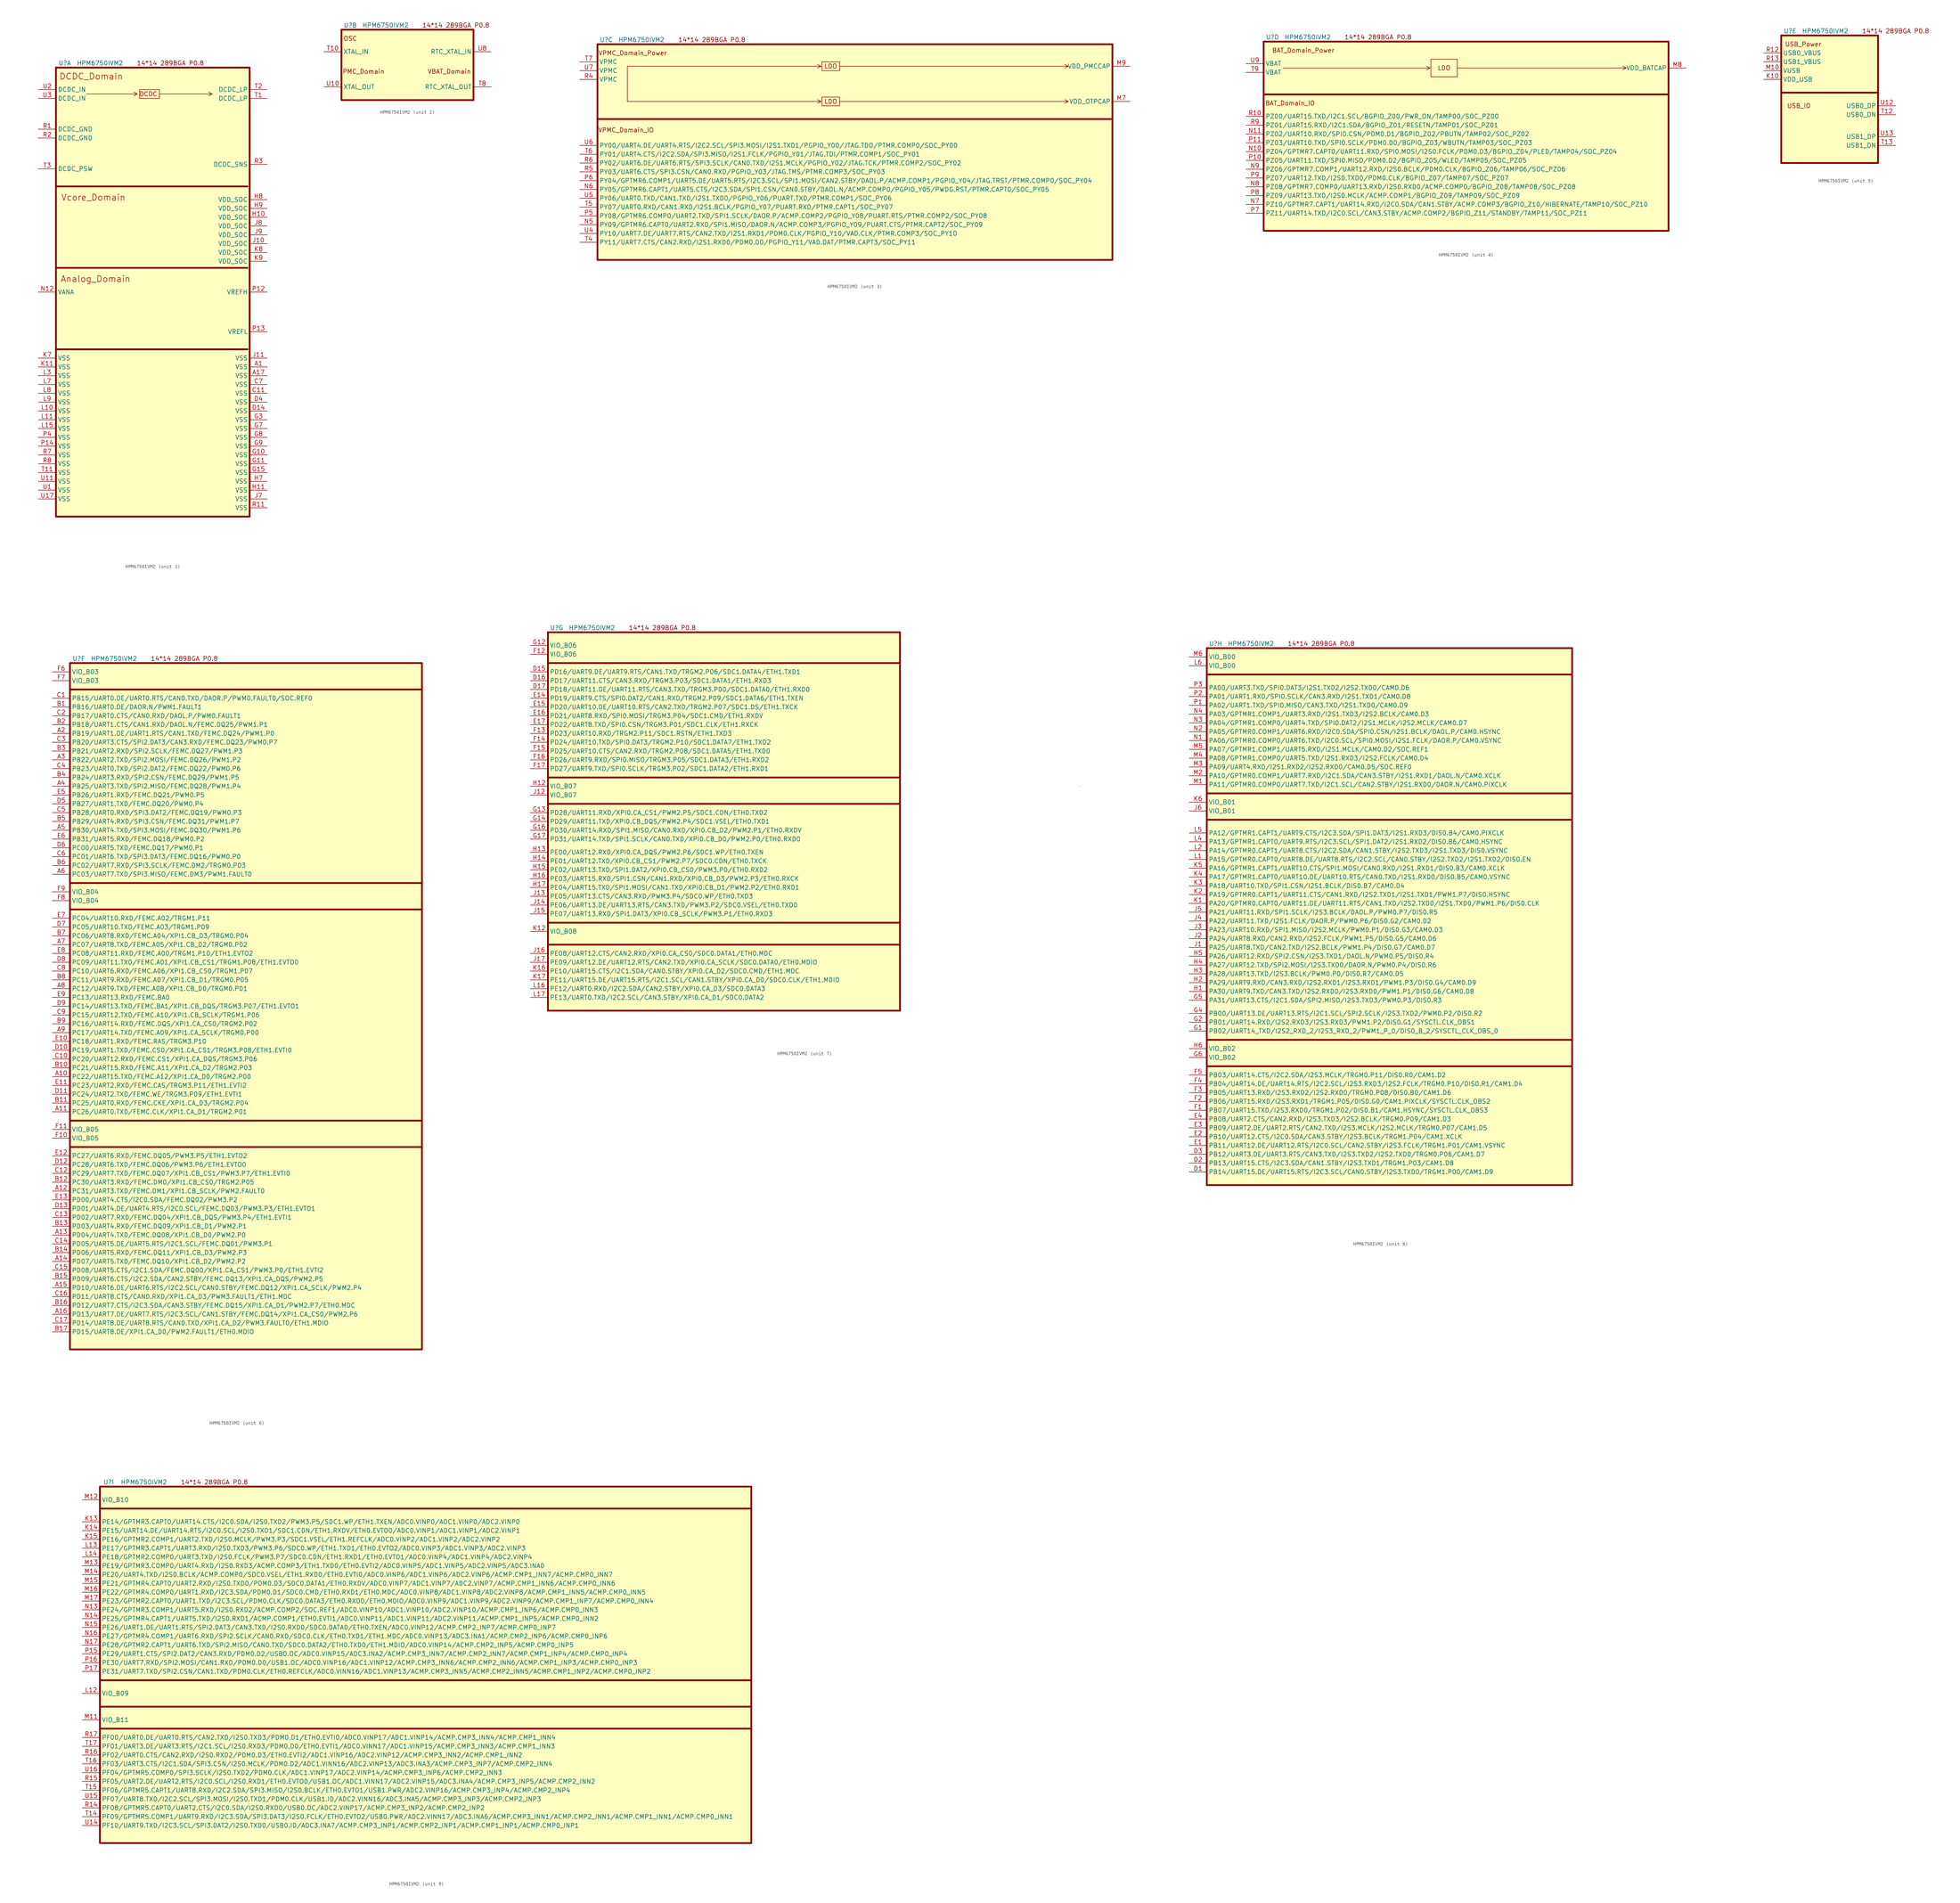
<source format=kicad_sym>
(kicad_symbol_lib
  (version 20220914)
  (generator kicad_symbol_editor)
  (symbol "HPM6750IVM2"
    (property "Reference" "U"
      (at 2.54 1.27 0)
      (effects (font (size 1.27 1.27))))
    (property "Value" "HPM6750IVM2"
      (at 12.7 1.27 0)
      (effects (font (size 1.27 1.27))))
    (property "ki_locked" ""
      (at 0 0 0)
      (effects (font (size 1.27 1.27))))
    (symbol "HPM6750IVM2_0_0"
      (text "14*14 289BGA P0.8" (at 33.02 1.27 0) (effects (font (size 1.27 1.27)))))
    (symbol "HPM6750IVM2_1_0"
      (polyline (pts (xy 8.89 -7.62) (xy 23.495 -7.62) (xy 22.479 -7.112) (xy 23.495 -7.62) (xy 22.479 -8.128)) (stroke (width 0) (type default)) (fill (type none)))
      (polyline (pts (xy 29.845 -7.62) (xy 45.085 -7.62) (xy 44.069 -7.112) (xy 45.085 -7.62) (xy 44.069 -8.128)) (stroke (width 0) (type default)) (fill (type none))))
    (symbol "HPM6750IVM2_1_1"
      (polyline (pts (xy 0 -81.28) (xy 55.245 -81.28)) (stroke (width 0.508) (type default)) (fill (type none)))
      (polyline (pts (xy 0 -57.785) (xy 55.245 -57.785)) (stroke (width 0.508) (type default)) (fill (type none)))
      (polyline (pts (xy 0 -34.29) (xy 55.245 -34.29)) (stroke (width 0.508) (type default)) (fill (type none)))
      (rectangle (start 0 0) (end 55.88 -129.54) (stroke (width 0.508) (type default)) (fill (type background)))
      (rectangle (start 24.13 -6.35) (end 29.845 -8.89) (stroke (width 0) (type default)) (fill (type none)))
      (text "Analog_Domain" (at 11.43 -60.96 0) (effects (font (size 1.778 1.778))))
      (text "DCDC" (at 26.67 -7.62 0) (effects (font (size 1.27 1.27))))
      (text "DCDC_Domain" (at 10.16 -2.54 0) (effects (font (size 1.778 1.778))))
      (text "Vcore_Domain" (at 10.795 -37.465 0) (effects (font (size 1.778 1.778))))
      (pin power_out line (at 60.96 -86.36 180) (length 5.08) (name "VSS" (effects (font (size 1.27 1.27)))) (number "A1" (effects (font (size 1.27 1.27)))))
      (pin power_out line (at 60.96 -88.9 180) (length 5.08) (name "VSS" (effects (font (size 1.27 1.27)))) (number "A17" (effects (font (size 1.27 1.27)))))
      (pin power_out line (at 60.96 -93.98 180) (length 5.08) (name "VSS" (effects (font (size 1.27 1.27)))) (number "C11" (effects (font (size 1.27 1.27)))))
      (pin power_out line (at 60.96 -91.44 180) (length 5.08) (name "VSS" (effects (font (size 1.27 1.27)))) (number "C7" (effects (font (size 1.27 1.27)))))
      (pin power_out line (at 60.96 -99.06 180) (length 5.08) (name "VSS" (effects (font (size 1.27 1.27)))) (number "D14" (effects (font (size 1.27 1.27)))))
      (pin power_out line (at 60.96 -96.52 180) (length 5.08) (name "VSS" (effects (font (size 1.27 1.27)))) (number "D4" (effects (font (size 1.27 1.27)))))
      (pin power_out line (at 60.96 -111.76 180) (length 5.08) (name "VSS" (effects (font (size 1.27 1.27)))) (number "G10" (effects (font (size 1.27 1.27)))))
      (pin power_out line (at 60.96 -114.3 180) (length 5.08) (name "VSS" (effects (font (size 1.27 1.27)))) (number "G11" (effects (font (size 1.27 1.27)))))
      (pin power_out line (at 60.96 -116.84 180) (length 5.08) (name "VSS" (effects (font (size 1.27 1.27)))) (number "G15" (effects (font (size 1.27 1.27)))))
      (pin power_out line (at 60.96 -101.6 180) (length 5.08) (name "VSS" (effects (font (size 1.27 1.27)))) (number "G3" (effects (font (size 1.27 1.27)))))
      (pin power_out line (at 60.96 -104.14 180) (length 5.08) (name "VSS" (effects (font (size 1.27 1.27)))) (number "G7" (effects (font (size 1.27 1.27)))))
      (pin power_out line (at 60.96 -106.68 180) (length 5.08) (name "VSS" (effects (font (size 1.27 1.27)))) (number "G8" (effects (font (size 1.27 1.27)))))
      (pin power_out line (at 60.96 -109.22 180) (length 5.08) (name "VSS" (effects (font (size 1.27 1.27)))) (number "G9" (effects (font (size 1.27 1.27)))))
      (pin power_in line (at 60.96 -43.18 180) (length 5.08) (name "VDD_SOC" (effects (font (size 1.27 1.27)))) (number "H10" (effects (font (size 1.27 1.27)))))
      (pin power_out line (at 60.96 -121.92 180) (length 5.08) (name "VSS" (effects (font (size 1.27 1.27)))) (number "H11" (effects (font (size 1.27 1.27)))))
      (pin power_out line (at 60.96 -119.38 180) (length 5.08) (name "VSS" (effects (font (size 1.27 1.27)))) (number "H7" (effects (font (size 1.27 1.27)))))
      (pin power_in line (at 60.96 -38.1 180) (length 5.08) (name "VDD_SOC" (effects (font (size 1.27 1.27)))) (number "H8" (effects (font (size 1.27 1.27)))))
      (pin power_in line (at 60.96 -40.64 180) (length 5.08) (name "VDD_SOC" (effects (font (size 1.27 1.27)))) (number "H9" (effects (font (size 1.27 1.27)))))
      (pin power_in line (at 60.96 -50.8 180) (length 5.08) (name "VDD_SOC" (effects (font (size 1.27 1.27)))) (number "J10" (effects (font (size 1.27 1.27)))))
      (pin power_out line (at 60.96 -83.82 180) (length 5.08) (name "VSS" (effects (font (size 1.27 1.27)))) (number "J11" (effects (font (size 1.27 1.27)))))
      (pin power_out line (at 60.96 -124.46 180) (length 5.08) (name "VSS" (effects (font (size 1.27 1.27)))) (number "J7" (effects (font (size 1.27 1.27)))))
      (pin power_in line (at 60.96 -45.72 180) (length 5.08) (name "VDD_SOC" (effects (font (size 1.27 1.27)))) (number "J8" (effects (font (size 1.27 1.27)))))
      (pin power_in line (at 60.96 -48.26 180) (length 5.08) (name "VDD_SOC" (effects (font (size 1.27 1.27)))) (number "J9" (effects (font (size 1.27 1.27)))))
      (pin power_out line (at -5.08 -86.36 0) (length 5.08) (name "VSS" (effects (font (size 1.27 1.27)))) (number "K11" (effects (font (size 1.27 1.27)))))
      (pin power_out line (at -5.08 -83.82 0) (length 5.08) (name "VSS" (effects (font (size 1.27 1.27)))) (number "K7" (effects (font (size 1.27 1.27)))))
      (pin power_in line (at 60.96 -53.34 180) (length 5.08) (name "VDD_SOC" (effects (font (size 1.27 1.27)))) (number "K8" (effects (font (size 1.27 1.27)))))
      (pin power_in line (at 60.96 -55.88 180) (length 5.08) (name "VDD_SOC" (effects (font (size 1.27 1.27)))) (number "K9" (effects (font (size 1.27 1.27)))))
      (pin power_out line (at -5.08 -99.06 0) (length 5.08) (name "VSS" (effects (font (size 1.27 1.27)))) (number "L10" (effects (font (size 1.27 1.27)))))
      (pin power_out line (at -5.08 -101.6 0) (length 5.08) (name "VSS" (effects (font (size 1.27 1.27)))) (number "L11" (effects (font (size 1.27 1.27)))))
      (pin power_out line (at -5.08 -104.14 0) (length 5.08) (name "VSS" (effects (font (size 1.27 1.27)))) (number "L15" (effects (font (size 1.27 1.27)))))
      (pin power_out line (at -5.08 -88.9 0) (length 5.08) (name "VSS" (effects (font (size 1.27 1.27)))) (number "L3" (effects (font (size 1.27 1.27)))))
      (pin power_out line (at -5.08 -91.44 0) (length 5.08) (name "VSS" (effects (font (size 1.27 1.27)))) (number "L7" (effects (font (size 1.27 1.27)))))
      (pin power_out line (at -5.08 -93.98 0) (length 5.08) (name "VSS" (effects (font (size 1.27 1.27)))) (number "L8" (effects (font (size 1.27 1.27)))))
      (pin power_out line (at -5.08 -96.52 0) (length 5.08) (name "VSS" (effects (font (size 1.27 1.27)))) (number "L9" (effects (font (size 1.27 1.27)))))
      (pin power_in line (at -5.08 -64.77 0) (length 5.08) (name "VANA" (effects (font (size 1.27 1.27)))) (number "N12" (effects (font (size 1.27 1.27)))))
      (pin power_in line (at 60.96 -64.77 180) (length 5.08) (name "VREFH" (effects (font (size 1.27 1.27)))) (number "P12" (effects (font (size 1.27 1.27)))))
      (pin power_out line (at 60.96 -76.2 180) (length 5.08) (name "VREFL" (effects (font (size 1.27 1.27)))) (number "P13" (effects (font (size 1.27 1.27)))))
      (pin power_out line (at -5.08 -109.22 0) (length 5.08) (name "VSS" (effects (font (size 1.27 1.27)))) (number "P14" (effects (font (size 1.27 1.27)))))
      (pin power_out line (at -5.08 -106.68 0) (length 5.08) (name "VSS" (effects (font (size 1.27 1.27)))) (number "P4" (effects (font (size 1.27 1.27)))))
      (pin power_out line (at -5.08 -17.78 0) (length 5.08) (name "DCDC_GND" (effects (font (size 1.27 1.27)))) (number "R1" (effects (font (size 1.27 1.27)))))
      (pin power_out line (at 60.96 -127 180) (length 5.08) (name "VSS" (effects (font (size 1.27 1.27)))) (number "R11" (effects (font (size 1.27 1.27)))))
      (pin power_out line (at -5.08 -20.32 0) (length 5.08) (name "DCDC_GND" (effects (font (size 1.27 1.27)))) (number "R2" (effects (font (size 1.27 1.27)))))
      (pin power_in line (at 60.96 -27.94 180) (length 5.08) (name "DCDC_SNS" (effects (font (size 1.27 1.27)))) (number "R3" (effects (font (size 1.27 1.27)))))
      (pin power_out line (at -5.08 -111.76 0) (length 5.08) (name "VSS" (effects (font (size 1.27 1.27)))) (number "R7" (effects (font (size 1.27 1.27)))))
      (pin power_out line (at -5.08 -114.3 0) (length 5.08) (name "VSS" (effects (font (size 1.27 1.27)))) (number "R8" (effects (font (size 1.27 1.27)))))
      (pin power_out line (at 60.96 -8.89 180) (length 5.08) (name "DCDC_LP" (effects (font (size 1.27 1.27)))) (number "T1" (effects (font (size 1.27 1.27)))))
      (pin power_out line (at -5.08 -116.84 0) (length 5.08) (name "VSS" (effects (font (size 1.27 1.27)))) (number "T11" (effects (font (size 1.27 1.27)))))
      (pin power_out line (at 60.96 -6.35 180) (length 5.08) (name "DCDC_LP" (effects (font (size 1.27 1.27)))) (number "T2" (effects (font (size 1.27 1.27)))))
      (pin power_in line (at -5.08 -29.21 0) (length 5.08) (name "DCDC_PSW" (effects (font (size 1.27 1.27)))) (number "T3" (effects (font (size 1.27 1.27)))))
      (pin power_out line (at -5.08 -121.92 0) (length 5.08) (name "VSS" (effects (font (size 1.27 1.27)))) (number "U1" (effects (font (size 1.27 1.27)))))
      (pin power_out line (at -5.08 -119.38 0) (length 5.08) (name "VSS" (effects (font (size 1.27 1.27)))) (number "U11" (effects (font (size 1.27 1.27)))))
      (pin power_out line (at -5.08 -124.46 0) (length 5.08) (name "VSS" (effects (font (size 1.27 1.27)))) (number "U17" (effects (font (size 1.27 1.27)))))
      (pin power_in line (at -5.08 -6.35 0) (length 5.08) (name "DCDC_IN" (effects (font (size 1.27 1.27)))) (number "U2" (effects (font (size 1.27 1.27)))))
      (pin power_in line (at -5.08 -8.89 0) (length 5.08) (name "DCDC_IN" (effects (font (size 1.27 1.27)))) (number "U3" (effects (font (size 1.27 1.27))))))
    (symbol "HPM6750IVM2_2_1"
      (rectangle (start 0 0) (end 38.1 -20.32) (stroke (width 0.508) (type default)) (fill (type background)))
      (text "OSC" (at 2.54 -2.54 0) (effects (font (size 1.27 1.27))))
      (text "PMC_Domain" (at 6.35 -12.065 0) (effects (font (size 1.27 1.27))))
      (text "VBAT_Domain" (at 31.115 -12.065 0) (effects (font (size 1.27 1.27))))
      (pin input line (at -5.08 -6.35 0) (length 5.08) (name "XTAL_IN" (effects (font (size 1.27 1.27)))) (number "T10" (effects (font (size 1.27 1.27)))))
      (pin output line (at 43.18 -16.51 180) (length 5.08) (name "RTC_XTAL_OUT" (effects (font (size 1.27 1.27)))) (number "T8" (effects (font (size 1.27 1.27)))))
      (pin output line (at -5.08 -16.51 0) (length 5.08) (name "XTAL_OUT" (effects (font (size 1.27 1.27)))) (number "U10" (effects (font (size 1.27 1.27)))))
      (pin input line (at 43.18 -6.35 180) (length 5.08) (name "RTC_XTAL_IN" (effects (font (size 1.27 1.27)))) (number "U8" (effects (font (size 1.27 1.27))))))
    (symbol "HPM6750IVM2_3_0"
      (polyline (pts (xy 8.636 -6.35) (xy 8.636 -16.51) (xy 8.89 -16.51)) (stroke (width 0) (type default)) (fill (type none)))
      (polyline (pts (xy 8.636 -16.51) (xy 64.516 -16.51) (xy 63.5 -16.002) (xy 64.516 -16.51) (xy 63.5 -17.018)) (stroke (width 0) (type default)) (fill (type none)))
      (polyline (pts (xy 8.636 -6.35) (xy 64.516 -6.35) (xy 63.5 -5.842) (xy 64.516 -6.35) (xy 63.5 -6.858)) (stroke (width 0) (type default)) (fill (type none)))
      (polyline (pts (xy 69.85 -16.51) (xy 135.89 -16.51) (xy 134.874 -16.002) (xy 135.89 -16.51) (xy 134.874 -17.018)) (stroke (width 0) (type default)) (fill (type none)))
      (polyline (pts (xy 69.85 -6.35) (xy 135.89 -6.35) (xy 134.874 -5.842) (xy 135.89 -6.35) (xy 134.874 -6.858)) (stroke (width 0) (type default)) (fill (type none))))
    (symbol "HPM6750IVM2_3_1"
      (polyline (pts (xy 0 -21.59) (xy 148.59 -21.59)) (stroke (width 0.508) (type default)) (fill (type none)))
      (rectangle (start 0 0) (end 148.59 -62.23) (stroke (width 0.508) (type default)) (fill (type background)))
      (rectangle (start 64.77 -15.24) (end 69.85 -17.78) (stroke (width 0) (type default)) (fill (type none)))
      (rectangle (start 64.77 -5.08) (end 69.85 -7.62) (stroke (width 0) (type default)) (fill (type none)))
      (text "LDO" (at 67.31 -16.51 0) (effects (font (size 1.27 1.27))))
      (text "LDO" (at 67.31 -6.35 0) (effects (font (size 1.27 1.27))))
      (text "VPMC_Domain_IO" (at 8.255 -24.765 0) (effects (font (size 1.27 1.27))))
      (text "VPMC_Domain_Power" (at 10.16 -2.54 0) (effects (font (size 1.27 1.27))))
      (pin power_out line (at 153.67 -16.51 180) (length 5.08) (name "VDD_OTPCAP" (effects (font (size 1.27 1.27)))) (number "M7" (effects (font (size 1.27 1.27)))))
      (pin power_out line (at 153.67 -6.35 180) (length 5.08) (name "VDD_PMCCAP" (effects (font (size 1.27 1.27)))) (number "M9" (effects (font (size 1.27 1.27)))))
      (pin bidirectional line (at -5.08 -52.07 0) (length 5.08) (name "PY09/GPTMR6.CAPT0/UART2.RXD/SPI1.MISO/DAOR.N/ACMP.COMP3/PGPIO_Y09/PUART.CTS/PTMR.CAPT2/SOC_PY09" (effects (font (size 1.27 1.27)))) (number "N5" (effects (font (size 1.27 1.27)))))
      (pin bidirectional line (at -5.08 -41.91 0) (length 5.08) (name "PY05/GPTMR6.CAPT1/UART5.CTS/I2C3.SDA/SPI1.CSN/CAN0.STBY/DAOL.N/ACMP.COMP0/PGPIO_Y05/PWDG.RST/PTMR.CAPT0/SOC_PY05" (effects (font (size 1.27 1.27)))) (number "N6" (effects (font (size 1.27 1.27)))))
      (pin bidirectional line (at -5.08 -49.53 0) (length 5.08) (name "PY08/GPTMR6.COMP0/UART2.TXD/SPI1.SCLK/DAOR.P/ACMP.COMP2/PGPIO_Y08/PUART.RTS/PTMR.COMP2/SOC_PY08" (effects (font (size 1.27 1.27)))) (number "P5" (effects (font (size 1.27 1.27)))))
      (pin bidirectional line (at -5.08 -39.37 0) (length 5.08) (name "PY04/GPTMR6.COMP1/UART5.DE/UART5.RTS/I2C3.SCL/SPI1.MOSI/CAN2.STBY/DAOL.P/ACMP.COMP1/PGPIO_Y04/JTAG.TRST/PTMR.COMP0/SOC_PY04" (effects (font (size 1.27 1.27)))) (number "P6" (effects (font (size 1.27 1.27)))))
      (pin power_in line (at -5.08 -10.16 0) (length 5.08) (name "VPMC" (effects (font (size 1.27 1.27)))) (number "R4" (effects (font (size 1.27 1.27)))))
      (pin bidirectional line (at -5.08 -36.83 0) (length 5.08) (name "PY03/UART6.CTS/SPI3.CSN/CAN0.RXD/PGPIO_Y03/JTAG.TMS/PTMR.COMP3/SOC_PY03" (effects (font (size 1.27 1.27)))) (number "R5" (effects (font (size 1.27 1.27)))))
      (pin bidirectional line (at -5.08 -34.29 0) (length 5.08) (name "PY02/UART6.DE/UART6.RTS/SPI3.SCLK/CAN0.TXD/I2S1.MCLK/PGPIO_Y02/JTAG.TCK/PTMR.COMP2/SOC_PY02" (effects (font (size 1.27 1.27)))) (number "R6" (effects (font (size 1.27 1.27)))))
      (pin bidirectional line (at -5.08 -57.15 0) (length 5.08) (name "PY11/UART7.CTS/CAN2.RXD/I2S1.RXD0/PDM0.D0/PGPIO_Y11/VAD.DAT/PTMR.CAPT3/SOC_PY11" (effects (font (size 1.27 1.27)))) (number "T4" (effects (font (size 1.27 1.27)))))
      (pin bidirectional line (at -5.08 -46.99 0) (length 5.08) (name "PY07/UART0.RXD/CAN1.RXD/I2S1.BCLK/PGPIO_Y07/PUART.RXD/PTMR.CAPT1/SOC_PY07" (effects (font (size 1.27 1.27)))) (number "T5" (effects (font (size 1.27 1.27)))))
      (pin bidirectional line (at -5.08 -31.75 0) (length 5.08) (name "PY01/UART4.CTS/I2C2.SDA/SPI3.MISO/I2S1.FCLK/PGPIO_Y01/JTAG.TDI/PTMR.COMP1/SOC_PY01" (effects (font (size 1.27 1.27)))) (number "T6" (effects (font (size 1.27 1.27)))))
      (pin power_in line (at -5.08 -5.08 0) (length 5.08) (name "VPMC" (effects (font (size 1.27 1.27)))) (number "T7" (effects (font (size 1.27 1.27)))))
      (pin bidirectional line (at -5.08 -54.61 0) (length 5.08) (name "PY10/UART7.DE/UART7.RTS/CAN2.TXD/I2S1.RXD1/PDM0.CLK/PGPIO_Y10/VAD.CLK/PTMR.COMP3/SOC_PY10" (effects (font (size 1.27 1.27)))) (number "U4" (effects (font (size 1.27 1.27)))))
      (pin bidirectional line (at -5.08 -44.45 0) (length 5.08) (name "PY06/UART0.TXD/CAN1.TXD/I2S1.TXD0/PGPIO_Y06/PUART.TXD/PTMR.COMP1/SOC_PY06" (effects (font (size 1.27 1.27)))) (number "U5" (effects (font (size 1.27 1.27)))))
      (pin bidirectional line (at -5.08 -29.21 0) (length 5.08) (name "PY00/UART4.DE/UART4.RTS/I2C2.SCL/SPI3.MOSI/I2S1.TXD1/PGPIO_Y00/JTAG.TDO/PTMR.COMP0/SOC_PY00" (effects (font (size 1.27 1.27)))) (number "U6" (effects (font (size 1.27 1.27)))))
      (pin power_in line (at -5.08 -7.62 0) (length 5.08) (name "VPMC" (effects (font (size 1.27 1.27)))) (number "U7" (effects (font (size 1.27 1.27))))))
    (symbol "HPM6750IVM2_4_0"
      (polyline (pts (xy 0 -15.24) (xy 116.84 -15.24)) (stroke (width 0.508) (type default)) (fill (type none)))
      (polyline (pts (xy 5.588 -7.62) (xy 48.006 -7.62) (xy 46.99 -7.112) (xy 48.006 -7.62) (xy 46.99 -8.128)) (stroke (width 0) (type default)) (fill (type none)))
      (polyline (pts (xy 55.88 -7.62) (xy 104.648 -7.62) (xy 103.632 -7.112) (xy 104.648 -7.62) (xy 103.632 -8.128)) (stroke (width 0) (type default)) (fill (type none)))
      (rectangle (start 48.26 -5.08) (end 55.88 -10.16) (stroke (width 0) (type default)) (fill (type none))))
    (symbol "HPM6750IVM2_4_1"
      (rectangle (start 0 0) (end 116.84 -54.61) (stroke (width 0.508) (type default)) (fill (type background)))
      (text "BAT_Domain_IO" (at 7.62 -17.78 0) (effects (font (size 1.27 1.27))))
      (text "BAT_Domain_Power" (at 11.43 -2.54 0) (effects (font (size 1.27 1.27))))
      (text "LDO" (at 52.07 -7.62 0) (effects (font (size 1.27 1.27))))
      (pin power_out line (at 121.92 -7.62 180) (length 5.08) (name "VDD_BATCAP" (effects (font (size 1.27 1.27)))) (number "M8" (effects (font (size 1.27 1.27)))))
      (pin bidirectional line (at -5.08 -31.75 0) (length 5.08) (name "PZ04/GPTMR7.CAPT0/UART11.RXD/SPI0.MOSI/I2S0.FCLK/PDM0.D3/BGPIO_Z04/PLED/TAMP04/SOC_PZ04" (effects (font (size 1.27 1.27)))) (number "N10" (effects (font (size 1.27 1.27)))))
      (pin bidirectional line (at -5.08 -26.67 0) (length 5.08) (name "PZ02/UART10.RXD/SPI0.CSN/PDM0.D1/BGPIO_Z02/PBUTN/TAMP02/SOC_PZ02" (effects (font (size 1.27 1.27)))) (number "N11" (effects (font (size 1.27 1.27)))))
      (pin bidirectional line (at -5.08 -46.99 0) (length 5.08) (name "PZ10/GPTMR7.CAPT1/UART14.RXD/I2C0.SDA/CAN1.STBY/ACMP.COMP3/BGPIO_Z10/HIBERNATE/TAMP10/SOC_PZ10" (effects (font (size 1.27 1.27)))) (number "N7" (effects (font (size 1.27 1.27)))))
      (pin bidirectional line (at -5.08 -41.91 0) (length 5.08) (name "PZ08/GPTMR7.COMP0/UART13.RXD/I2S0.RXD0/ACMP.COMP0/BGPIO_Z08/TAMP08/SOC_PZ08" (effects (font (size 1.27 1.27)))) (number "N8" (effects (font (size 1.27 1.27)))))
      (pin bidirectional line (at -5.08 -36.83 0) (length 5.08) (name "PZ06/GPTMR7.COMP1/UART12.RXD/I2S0.BCLK/PDM0.CLK/BGPIO_Z06/TAMP06/SOC_PZ06" (effects (font (size 1.27 1.27)))) (number "N9" (effects (font (size 1.27 1.27)))))
      (pin bidirectional line (at -5.08 -34.29 0) (length 5.08) (name "PZ05/UART11.TXD/SPI0.MISO/PDM0.D2/BGPIO_Z05/WLED/TAMP05/SOC_PZ05" (effects (font (size 1.27 1.27)))) (number "P10" (effects (font (size 1.27 1.27)))))
      (pin bidirectional line (at -5.08 -29.21 0) (length 5.08) (name "PZ03/UART10.TXD/SPI0.SCLK/PDM0.D0/BGPIO_Z03/WBUTN/TAMP03/SOC_PZ03" (effects (font (size 1.27 1.27)))) (number "P11" (effects (font (size 1.27 1.27)))))
      (pin bidirectional line (at -5.08 -49.53 0) (length 5.08) (name "PZ11/UART14.TXD/I2C0.SCL/CAN3.STBY/ACMP.COMP2/BGPIO_Z11/STANDBY/TAMP11/SOC_PZ11" (effects (font (size 1.27 1.27)))) (number "P7" (effects (font (size 1.27 1.27)))))
      (pin bidirectional line (at -5.08 -44.45 0) (length 5.08) (name "PZ09/UART13.TXD/I2S0.MCLK/ACMP.COMP1/BGPIO_Z09/TAMP09/SOC_PZ09" (effects (font (size 1.27 1.27)))) (number "P8" (effects (font (size 1.27 1.27)))))
      (pin bidirectional line (at -5.08 -39.37 0) (length 5.08) (name "PZ07/UART12.TXD/I2S0.TXD0/PDM0.CLK/BGPIO_Z07/TAMP07/SOC_PZ07" (effects (font (size 1.27 1.27)))) (number "P9" (effects (font (size 1.27 1.27)))))
      (pin bidirectional line (at -5.08 -21.59 0) (length 5.08) (name "PZ00/UART15.TXD/I2C1.SCL/BGPIO_Z00/PWR_ON/TAMP00/SOC_PZ00" (effects (font (size 1.27 1.27)))) (number "R10" (effects (font (size 1.27 1.27)))))
      (pin bidirectional line (at -5.08 -24.13 0) (length 5.08) (name "PZ01/UART15.RXD/I2C1.SDA/BGPIO_Z01/RESETN/TAMP01/SOC_PZ01" (effects (font (size 1.27 1.27)))) (number "R9" (effects (font (size 1.27 1.27)))))
      (pin power_in line (at -5.08 -8.89 0) (length 5.08) (name "VBAT" (effects (font (size 1.27 1.27)))) (number "T9" (effects (font (size 1.27 1.27)))))
      (pin power_in line (at -5.08 -6.35 0) (length 5.08) (name "VBAT" (effects (font (size 1.27 1.27)))) (number "U9" (effects (font (size 1.27 1.27))))))
    (symbol "HPM6750IVM2_5_1"
      (polyline (pts (xy 0 -16.51) (xy 27.94 -16.51)) (stroke (width 0.508) (type default)) (fill (type none)))
      (polyline (pts (xy 25.4 -16.51) (xy 26.67 -16.51)) (stroke (width 0) (type default)) (fill (type none)))
      (rectangle (start 0 0) (end 27.94 -36.83) (stroke (width 0.508) (type default)) (fill (type background)))
      (text "USB_IO" (at 5.08 -20.32 0) (effects (font (size 1.27 1.27))))
      (text "USB_Power" (at 6.35 -2.54 0) (effects (font (size 1.27 1.27))))
      (pin power_out line (at -5.08 -12.7 0) (length 5.08) (name "VDD_USB" (effects (font (size 1.27 1.27)))) (number "K10" (effects (font (size 1.27 1.27)))))
      (pin power_in line (at -5.08 -10.16 0) (length 5.08) (name "VUSB" (effects (font (size 1.27 1.27)))) (number "M10" (effects (font (size 1.27 1.27)))))
      (pin power_in line (at -5.08 -5.08 0) (length 5.08) (name "USB0_VBUS" (effects (font (size 1.27 1.27)))) (number "R12" (effects (font (size 1.27 1.27)))))
      (pin power_in line (at -5.08 -7.62 0) (length 5.08) (name "USB1_VBUS" (effects (font (size 1.27 1.27)))) (number "R13" (effects (font (size 1.27 1.27)))))
      (pin bidirectional line (at 33.02 -22.86 180) (length 5.08) (name "USB0_DN" (effects (font (size 1.27 1.27)))) (number "T12" (effects (font (size 1.27 1.27)))))
      (pin bidirectional line (at 33.02 -31.75 180) (length 5.08) (name "USB1_DN" (effects (font (size 1.27 1.27)))) (number "T13" (effects (font (size 1.27 1.27)))))
      (pin bidirectional line (at 33.02 -20.32 180) (length 5.08) (name "USB0_DP" (effects (font (size 1.27 1.27)))) (number "U12" (effects (font (size 1.27 1.27)))))
      (pin bidirectional line (at 33.02 -29.21 180) (length 5.08) (name "USB1_DP" (effects (font (size 1.27 1.27)))) (number "U13" (effects (font (size 1.27 1.27))))))
    (symbol "HPM6750IVM2_6_1"
      (polyline (pts (xy 0 -139.7) (xy 101.6 -139.7)) (stroke (width 0.508) (type default)) (fill (type background)))
      (polyline (pts (xy 0 -132.08) (xy 101.6 -132.08)) (stroke (width 0.508) (type default)) (fill (type background)))
      (polyline (pts (xy 0 -71.12) (xy 101.6 -71.12)) (stroke (width 0.508) (type default)) (fill (type background)))
      (polyline (pts (xy 0 -63.5) (xy 101.6 -63.5)) (stroke (width 0.508) (type default)) (fill (type background)))
      (polyline (pts (xy 0 -7.62) (xy 101.6 -7.62)) (stroke (width 0.508) (type default)) (fill (type background)))
      (rectangle (start 0 0) (end 101.6 -198.12) (stroke (width 0.508) (type default)) (fill (type background)))
      (pin bidirectional line (at -5.08 -119.38 0) (length 5.08) (name "PC22/UART15.TXD/FEMC.A12/XPI1.CA_D0/TRGM2.P00" (effects (font (size 1.27 1.27)))) (number "A10" (effects (font (size 1.27 1.27)))))
      (pin bidirectional line (at -5.08 -129.54 0) (length 5.08) (name "PC26/UART0.TXD/FEMC.CLK/XPI1.CA_D1/TRGM2.P01" (effects (font (size 1.27 1.27)))) (number "A11" (effects (font (size 1.27 1.27)))))
      (pin bidirectional line (at -5.08 -152.4 0) (length 5.08) (name "PC31/UART3.TXD/FEMC.DM1/XPI1.CB_SCLK/PWM2.FAULT0" (effects (font (size 1.27 1.27)))) (number "A12" (effects (font (size 1.27 1.27)))))
      (pin bidirectional line (at -5.08 -165.1 0) (length 5.08) (name "PD04/UART4.TXD/FEMC.DQ08/XPI1.CB_D0/PWM2.P0" (effects (font (size 1.27 1.27)))) (number "A13" (effects (font (size 1.27 1.27)))))
      (pin bidirectional line (at -5.08 -172.72 0) (length 5.08) (name "PD07/UART5.TXD/FEMC.DQ10/XPI1.CB_D2/PWM2.P2" (effects (font (size 1.27 1.27)))) (number "A14" (effects (font (size 1.27 1.27)))))
      (pin bidirectional line (at -5.08 -180.34 0) (length 5.08) (name "PD10/UART6.DE/UART6.RTS/I2C2.SCL/CAN0.STBY/FEMC.DQ12/XPI1.CA_SCLK/PWM2.P4" (effects (font (size 1.27 1.27)))) (number "A15" (effects (font (size 1.27 1.27)))))
      (pin bidirectional line (at -5.08 -187.96 0) (length 5.08) (name "PD13/UART7.DE/UART7.RTS/I2C3.SCL/CAN1.STBY/FEMC.DQ14/XPI1.CA_CS0/PWM2.P6" (effects (font (size 1.27 1.27)))) (number "A16" (effects (font (size 1.27 1.27)))))
      (pin bidirectional line (at -5.08 -20.32 0) (length 5.08) (name "PB19/UART1.DE/UART1.RTS/CAN1.TXD/FEMC.DQ24/PWM1.P0" (effects (font (size 1.27 1.27)))) (number "A2" (effects (font (size 1.27 1.27)))))
      (pin bidirectional line (at -5.08 -27.94 0) (length 5.08) (name "PB22/UART2.TXD/SPI2.MOSI/FEMC.DQ26/PWM1.P2" (effects (font (size 1.27 1.27)))) (number "A3" (effects (font (size 1.27 1.27)))))
      (pin bidirectional line (at -5.08 -35.56 0) (length 5.08) (name "PB25/UART3.TXD/SPI2.MISO/FEMC.DQ28/PWM1.P4" (effects (font (size 1.27 1.27)))) (number "A4" (effects (font (size 1.27 1.27)))))
      (pin bidirectional line (at -5.08 -48.26 0) (length 5.08) (name "PB30/UART4.TXD/SPI3.MOSI/FEMC.DQ30/PWM1.P6" (effects (font (size 1.27 1.27)))) (number "A5" (effects (font (size 1.27 1.27)))))
      (pin bidirectional line (at -5.08 -60.96 0) (length 5.08) (name "PC03/UART7.TXD/SPI3.MISO/FEMC.DM3/PWM1.FAULT0" (effects (font (size 1.27 1.27)))) (number "A6" (effects (font (size 1.27 1.27)))))
      (pin bidirectional line (at -5.08 -81.28 0) (length 5.08) (name "PC07/UART8.TXD/FEMC.A05/XPI1.CB_D2/TRGM0.P02" (effects (font (size 1.27 1.27)))) (number "A7" (effects (font (size 1.27 1.27)))))
      (pin bidirectional line (at -5.08 -93.98 0) (length 5.08) (name "PC12/UART9.TXD/FEMC.A08/XPI1.CB_D0/TRGM0.P01" (effects (font (size 1.27 1.27)))) (number "A8" (effects (font (size 1.27 1.27)))))
      (pin bidirectional line (at -5.08 -106.68 0) (length 5.08) (name "PC17/UART14.TXD/FEMC.A09/XPI1.CA_SCLK/TRGM0.P00" (effects (font (size 1.27 1.27)))) (number "A9" (effects (font (size 1.27 1.27)))))
      (pin bidirectional line (at -5.08 -12.7 0) (length 5.08) (name "PB16/UART0.DE/DAOR.N/PWM1.FAULT1" (effects (font (size 1.27 1.27)))) (number "B1" (effects (font (size 1.27 1.27)))))
      (pin bidirectional line (at -5.08 -116.84 0) (length 5.08) (name "PC21/UART15.RXD/FEMC.A11/XPI1.CA_D2/TRGM2.P03" (effects (font (size 1.27 1.27)))) (number "B10" (effects (font (size 1.27 1.27)))))
      (pin bidirectional line (at -5.08 -127 0) (length 5.08) (name "PC25/UART0.RXD/FEMC.CKE/XPI1.CA_D3/TRGM2.P04" (effects (font (size 1.27 1.27)))) (number "B11" (effects (font (size 1.27 1.27)))))
      (pin bidirectional line (at -5.08 -149.86 0) (length 5.08) (name "PC30/UART3.RXD/FEMC.DM0/XPI1.CB_CS0/TRGM2.P05" (effects (font (size 1.27 1.27)))) (number "B12" (effects (font (size 1.27 1.27)))))
      (pin bidirectional line (at -5.08 -162.56 0) (length 5.08) (name "PD03/UART4.RXD/FEMC.DQ09/XPI1.CB_D1/PWM2.P1" (effects (font (size 1.27 1.27)))) (number "B13" (effects (font (size 1.27 1.27)))))
      (pin bidirectional line (at -5.08 -170.18 0) (length 5.08) (name "PD06/UART5.RXD/FEMC.DQ11/XPI1.CB_D3/PWM2.P3" (effects (font (size 1.27 1.27)))) (number "B14" (effects (font (size 1.27 1.27)))))
      (pin bidirectional line (at -5.08 -177.8 0) (length 5.08) (name "PD09/UART6.CTS/I2C2.SDA/CAN2.STBY/FEMC.DQ13/XPI1.CA_DQS/PWM2.P5" (effects (font (size 1.27 1.27)))) (number "B15" (effects (font (size 1.27 1.27)))))
      (pin bidirectional line (at -5.08 -185.42 0) (length 5.08) (name "PD12/UART7.CTS/I2C3.SDA/CAN3.STBY/FEMC.DQ15/XPI1.CA_D1/PWM2.P7/ETH0.MDC" (effects (font (size 1.27 1.27)))) (number "B16" (effects (font (size 1.27 1.27)))))
      (pin bidirectional line (at -5.08 -193.04 0) (length 5.08) (name "PD15/UART8.DE/XPI1.CA_D0/PWM2.FAULT1/ETH0.MDIO" (effects (font (size 1.27 1.27)))) (number "B17" (effects (font (size 1.27 1.27)))))
      (pin bidirectional line (at -5.08 -17.78 0) (length 5.08) (name "PB18/UART1.CTS/CAN1.RXD/DAOL.N/FEMC.DQ25/PWM1.P1" (effects (font (size 1.27 1.27)))) (number "B2" (effects (font (size 1.27 1.27)))))
      (pin bidirectional line (at -5.08 -25.4 0) (length 5.08) (name "PB21/UART2.RXD/SPI2.SCLK/FEMC.DQ27/PWM1.P3" (effects (font (size 1.27 1.27)))) (number "B3" (effects (font (size 1.27 1.27)))))
      (pin bidirectional line (at -5.08 -33.02 0) (length 5.08) (name "PB24/UART3.RXD/SPI2.CSN/FEMC.DQ29/PWM1.P5" (effects (font (size 1.27 1.27)))) (number "B4" (effects (font (size 1.27 1.27)))))
      (pin bidirectional line (at -5.08 -45.72 0) (length 5.08) (name "PB29/UART4.RXD/SPI3.CSN/FEMC.DQ31/PWM1.P7" (effects (font (size 1.27 1.27)))) (number "B5" (effects (font (size 1.27 1.27)))))
      (pin bidirectional line (at -5.08 -58.42 0) (length 5.08) (name "PC02/UART7.RXD/SPI3.SCLK/FEMC.DM2/TRGM0.P03" (effects (font (size 1.27 1.27)))) (number "B6" (effects (font (size 1.27 1.27)))))
      (pin bidirectional line (at -5.08 -78.74 0) (length 5.08) (name "PC06/UART8.RXD/FEMC.A04/XPI1.CB_D3/TRGM0.P04" (effects (font (size 1.27 1.27)))) (number "B7" (effects (font (size 1.27 1.27)))))
      (pin bidirectional line (at -5.08 -91.44 0) (length 5.08) (name "PC11/UART9.RXD/FEMC.A07/XPI1.CB_D1/TRGM0.P05" (effects (font (size 1.27 1.27)))) (number "B8" (effects (font (size 1.27 1.27)))))
      (pin bidirectional line (at -5.08 -104.14 0) (length 5.08) (name "PC16/UART14.RXD/FEMC.DQS/XPI1.CA_CS0/TRGM2.P02" (effects (font (size 1.27 1.27)))) (number "B9" (effects (font (size 1.27 1.27)))))
      (pin bidirectional line (at -5.08 -10.16 0) (length 5.08) (name "PB15/UART0.DE/UART0.RTS/CAN0.TXD/DAOR.P/PWM0.FAULT0/SOC.REF0" (effects (font (size 1.27 1.27)))) (number "C1" (effects (font (size 1.27 1.27)))))
      (pin bidirectional line (at -5.08 -114.3 0) (length 5.08) (name "PC20/UART12.RXD/FEMC.CS1/XPI1.CA_DQS/TRGM3.P06" (effects (font (size 1.27 1.27)))) (number "C10" (effects (font (size 1.27 1.27)))))
      (pin bidirectional line (at -5.08 -147.32 0) (length 5.08) (name "PC29/UART7.TXD/FEMC.DQ07/XPI1.CB_CS1/PWM3.P7/ETH1.EVTI0" (effects (font (size 1.27 1.27)))) (number "C12" (effects (font (size 1.27 1.27)))))
      (pin bidirectional line (at -5.08 -160.02 0) (length 5.08) (name "PD02/UART7.RXD/FEMC.DQ04/XPI1.CB_DQS/PWM3.P4/ETH1.EVTI1" (effects (font (size 1.27 1.27)))) (number "C13" (effects (font (size 1.27 1.27)))))
      (pin bidirectional line (at -5.08 -167.64 0) (length 5.08) (name "PD05/UART5.DE/UART5.RTS/I2C1.SCL/FEMC.DQ01/PWM3.P1" (effects (font (size 1.27 1.27)))) (number "C14" (effects (font (size 1.27 1.27)))))
      (pin bidirectional line (at -5.08 -175.26 0) (length 5.08) (name "PD08/UART5.CTS/I2C1.SDA/FEMC.DQ00/XPI1.CA_CS1/PWM3.P0/ETH1.EVTI2" (effects (font (size 1.27 1.27)))) (number "C15" (effects (font (size 1.27 1.27)))))
      (pin bidirectional line (at -5.08 -182.88 0) (length 5.08) (name "PD11/UART8.CTS/CAN0.RXD/XPI1.CA_D3/PWM3.FAULT1/ETH1.MDC" (effects (font (size 1.27 1.27)))) (number "C16" (effects (font (size 1.27 1.27)))))
      (pin bidirectional line (at -5.08 -190.5 0) (length 5.08) (name "PD14/UART8.DE/UART8.RTS/CAN0.TXD/XPI1.CA_D2/PWM3.FAULT0/ETH1.MDIO" (effects (font (size 1.27 1.27)))) (number "C17" (effects (font (size 1.27 1.27)))))
      (pin bidirectional line (at -5.08 -15.24 0) (length 5.08) (name "PB17/UART0.CTS/CAN0.RXD/DAOL.P/PWM0.FAULT1" (effects (font (size 1.27 1.27)))) (number "C2" (effects (font (size 1.27 1.27)))))
      (pin bidirectional line (at -5.08 -22.86 0) (length 5.08) (name "PB20/UART3.CTS/SPI2.DAT3/CAN3.RXD/FEMC.DQ23/PWM0.P7" (effects (font (size 1.27 1.27)))) (number "C3" (effects (font (size 1.27 1.27)))))
      (pin bidirectional line (at -5.08 -30.48 0) (length 5.08) (name "PB23/UART0.TXD/SPI2.DAT2/FEMC.DQ22/PWM0.P6" (effects (font (size 1.27 1.27)))) (number "C4" (effects (font (size 1.27 1.27)))))
      (pin bidirectional line (at -5.08 -43.18 0) (length 5.08) (name "PB28/UART0.RXD/SPI3.DAT2/FEMC.DQ19/PWM0.P3" (effects (font (size 1.27 1.27)))) (number "C5" (effects (font (size 1.27 1.27)))))
      (pin bidirectional line (at -5.08 -55.88 0) (length 5.08) (name "PC01/UART6.TXD/SPI3.DAT3/FEMC.DQ16/PWM0.P0" (effects (font (size 1.27 1.27)))) (number "C6" (effects (font (size 1.27 1.27)))))
      (pin bidirectional line (at -5.08 -88.9 0) (length 5.08) (name "PC10/UART6.RXD/FEMC.A06/XPI1.CB_CS0/TRGM1.P07" (effects (font (size 1.27 1.27)))) (number "C8" (effects (font (size 1.27 1.27)))))
      (pin bidirectional line (at -5.08 -101.6 0) (length 5.08) (name "PC15/UART12.TXD/FEMC.A10/XPI1.CB_SCLK/TRGM1.P06" (effects (font (size 1.27 1.27)))) (number "C9" (effects (font (size 1.27 1.27)))))
      (pin bidirectional line (at -5.08 -111.76 0) (length 5.08) (name "PC19/UART1.TXD/FEMC.CS0/XPI1.CA_CS1/TRGM3.P08/ETH1.EVTI0" (effects (font (size 1.27 1.27)))) (number "D10" (effects (font (size 1.27 1.27)))))
      (pin bidirectional line (at -5.08 -124.46 0) (length 5.08) (name "PC24/UART2.TXD/FEMC.WE/TRGM3.P09/ETH1.EVTI1" (effects (font (size 1.27 1.27)))) (number "D11" (effects (font (size 1.27 1.27)))))
      (pin bidirectional line (at -5.08 -144.78 0) (length 5.08) (name "PC28/UART6.TXD/FEMC.DQ06/PWM3.P6/ETH1.EVTO0" (effects (font (size 1.27 1.27)))) (number "D12" (effects (font (size 1.27 1.27)))))
      (pin bidirectional line (at -5.08 -157.48 0) (length 5.08) (name "PD01/UART4.DE/UART4.RTS/I2C0.SCL/FEMC.DQ03/PWM3.P3/ETH1.EVTO1" (effects (font (size 1.27 1.27)))) (number "D13" (effects (font (size 1.27 1.27)))))
      (pin bidirectional line (at -5.08 -40.64 0) (length 5.08) (name "PB27/UART1.TXD/FEMC.DQ20/PWM0.P4" (effects (font (size 1.27 1.27)))) (number "D5" (effects (font (size 1.27 1.27)))))
      (pin bidirectional line (at -5.08 -53.34 0) (length 5.08) (name "PC00/UART5.TXD/FEMC.DQ17/PWM0.P1" (effects (font (size 1.27 1.27)))) (number "D6" (effects (font (size 1.27 1.27)))))
      (pin bidirectional line (at -5.08 -76.2 0) (length 5.08) (name "PC05/UART10.TXD/FEMC.A03/TRGM1.P09" (effects (font (size 1.27 1.27)))) (number "D7" (effects (font (size 1.27 1.27)))))
      (pin bidirectional line (at -5.08 -86.36 0) (length 5.08) (name "PC09/UART11.TXD/FEMC.A01/XPI1.CB_CS1/TRGM1.P08/ETH1.EVTO0" (effects (font (size 1.27 1.27)))) (number "D8" (effects (font (size 1.27 1.27)))))
      (pin bidirectional line (at -5.08 -99.06 0) (length 5.08) (name "PC14/UART13.TXD/FEMC.BA1/XPI1.CB_DQS/TRGM3.P07/ETH1.EVTO1" (effects (font (size 1.27 1.27)))) (number "D9" (effects (font (size 1.27 1.27)))))
      (pin bidirectional line (at -5.08 -109.22 0) (length 5.08) (name "PC18/UART1.RXD/FEMC.RAS/TRGM3.P10" (effects (font (size 1.27 1.27)))) (number "E10" (effects (font (size 1.27 1.27)))))
      (pin bidirectional line (at -5.08 -121.92 0) (length 5.08) (name "PC23/UART2.RXD/FEMC.CAS/TRGM3.P11/ETH1.EVTI2" (effects (font (size 1.27 1.27)))) (number "E11" (effects (font (size 1.27 1.27)))))
      (pin bidirectional line (at -5.08 -142.24 0) (length 5.08) (name "PC27/UART6.RXD/FEMC.DQ05/PWM3.P5/ETH1.EVTO2" (effects (font (size 1.27 1.27)))) (number "E12" (effects (font (size 1.27 1.27)))))
      (pin bidirectional line (at -5.08 -154.94 0) (length 5.08) (name "PD00/UART4.CTS/I2C0.SDA/FEMC.DQ02/PWM3.P2" (effects (font (size 1.27 1.27)))) (number "E13" (effects (font (size 1.27 1.27)))))
      (pin bidirectional line (at -5.08 -38.1 0) (length 5.08) (name "PB26/UART1.RXD/FEMC.DQ21/PWM0.P5" (effects (font (size 1.27 1.27)))) (number "E5" (effects (font (size 1.27 1.27)))))
      (pin bidirectional line (at -5.08 -50.8 0) (length 5.08) (name "PB31/UART5.RXD/FEMC.DQ18/PWM0.P2" (effects (font (size 1.27 1.27)))) (number "E6" (effects (font (size 1.27 1.27)))))
      (pin bidirectional line (at -5.08 -73.66 0) (length 5.08) (name "PC04/UART10.RXD/FEMC.A02/TRGM1.P11" (effects (font (size 1.27 1.27)))) (number "E7" (effects (font (size 1.27 1.27)))))
      (pin bidirectional line (at -5.08 -83.82 0) (length 5.08) (name "PC08/UART11.RXD/FEMC.A00/TRGM1.P10/ETH1.EVTO2" (effects (font (size 1.27 1.27)))) (number "E8" (effects (font (size 1.27 1.27)))))
      (pin bidirectional line (at -5.08 -96.52 0) (length 5.08) (name "PC13/UART13.RXD/FEMC.BA0" (effects (font (size 1.27 1.27)))) (number "E9" (effects (font (size 1.27 1.27)))))
      (pin power_in line (at -5.08 -137.16 0) (length 5.08) (name "VIO_B05" (effects (font (size 1.27 1.27)))) (number "F10" (effects (font (size 1.27 1.27)))))
      (pin power_in line (at -5.08 -134.62 0) (length 5.08) (name "VIO_B05" (effects (font (size 1.27 1.27)))) (number "F11" (effects (font (size 1.27 1.27)))))
      (pin power_in line (at -5.08 -2.54 0) (length 5.08) (name "VIO_B03" (effects (font (size 1.27 1.27)))) (number "F6" (effects (font (size 1.27 1.27)))))
      (pin power_in line (at -5.08 -5.08 0) (length 5.08) (name "VIO_B03" (effects (font (size 1.27 1.27)))) (number "F7" (effects (font (size 1.27 1.27)))))
      (pin power_in line (at -5.08 -68.58 0) (length 5.08) (name "VIO_B04" (effects (font (size 1.27 1.27)))) (number "F8" (effects (font (size 1.27 1.27)))))
      (pin power_in line (at -5.08 -66.04 0) (length 5.08) (name "VIO_B04" (effects (font (size 1.27 1.27)))) (number "F9" (effects (font (size 1.27 1.27))))))
    (symbol "HPM6750IVM2_7_1"
      (polyline (pts (xy 0 -90.17) (xy 101.6 -90.17)) (stroke (width 0.508) (type default)) (fill (type background)))
      (polyline (pts (xy 0 -83.82) (xy 101.6 -83.82)) (stroke (width 0.508) (type default)) (fill (type none)))
      (polyline (pts (xy 0 -49.53) (xy 101.6 -49.53)) (stroke (width 0.508) (type default)) (fill (type background)))
      (polyline (pts (xy 0 -41.91) (xy 101.6 -41.91)) (stroke (width 0.508) (type default)) (fill (type none)))
      (polyline (pts (xy 0 -8.89) (xy 101.6 -8.89)) (stroke (width 0.508) (type default)) (fill (type background)))
      (polyline (pts (xy 153.67 -44.45) (xy 153.67 -44.45)) (stroke (width 0) (type default)) (fill (type none)))
      (rectangle (start 0 0) (end 101.6 -109.22) (stroke (width 0.508) (type default)) (fill (type background)))
      (pin bidirectional line (at -5.08 -11.43 0) (length 5.08) (name "PD16/UART9.DE/UART9.RTS/CAN1.TXD/TRGM2.P06/SDC1.DATA4/ETH1.TXD1" (effects (font (size 1.27 1.27)))) (number "D15" (effects (font (size 1.27 1.27)))))
      (pin bidirectional line (at -5.08 -13.97 0) (length 5.08) (name "PD17/UART11.CTS/CAN3.RXD/TRGM3.P03/SDC1.DATA1/ETH1.RXD3" (effects (font (size 1.27 1.27)))) (number "D16" (effects (font (size 1.27 1.27)))))
      (pin bidirectional line (at -5.08 -16.51 0) (length 5.08) (name "PD18/UART11.DE/UART11.RTS/CAN3.TXD/TRGM3.P00/SDC1.DATA0/ETH1.RXD0" (effects (font (size 1.27 1.27)))) (number "D17" (effects (font (size 1.27 1.27)))))
      (pin bidirectional line (at -5.08 -19.05 0) (length 5.08) (name "PD19/UART9.CTS/SPI0.DAT2/CAN1.RXD/TRGM2.P09/SDC1.DATA6/ETH1.TXEN" (effects (font (size 1.27 1.27)))) (number "E14" (effects (font (size 1.27 1.27)))))
      (pin bidirectional line (at -5.08 -21.59 0) (length 5.08) (name "PD20/UART10.DE/UART10.RTS/CAN2.TXD/TRGM2.P07/SDC1.DS/ETH1.TXCK" (effects (font (size 1.27 1.27)))) (number "E15" (effects (font (size 1.27 1.27)))))
      (pin bidirectional line (at -5.08 -24.13 0) (length 5.08) (name "PD21/UART8.RXD/SPI0.MOSI/TRGM3.P04/SDC1.CMD/ETH1.RXDV" (effects (font (size 1.27 1.27)))) (number "E16" (effects (font (size 1.27 1.27)))))
      (pin bidirectional line (at -5.08 -26.67 0) (length 5.08) (name "PD22/UART8.TXD/SPI0.CSN/TRGM3.P01/SDC1.CLK/ETH1.RXCK" (effects (font (size 1.27 1.27)))) (number "E17" (effects (font (size 1.27 1.27)))))
      (pin power_in line (at -5.08 -6.35 0) (length 5.08) (name "VIO_B06" (effects (font (size 1.27 1.27)))) (number "F12" (effects (font (size 1.27 1.27)))))
      (pin bidirectional line (at -5.08 -29.21 0) (length 5.08) (name "PD23/UART10.RXD/TRGM2.P11/SDC1.RSTN/ETH1.TXD3" (effects (font (size 1.27 1.27)))) (number "F13" (effects (font (size 1.27 1.27)))))
      (pin bidirectional line (at -5.08 -31.75 0) (length 5.08) (name "PD24/UART10.TXD/SPI0.DAT3/TRGM2.P10/SDC1.DATA7/ETH1.TXD2" (effects (font (size 1.27 1.27)))) (number "F14" (effects (font (size 1.27 1.27)))))
      (pin bidirectional line (at -5.08 -34.29 0) (length 5.08) (name "PD25/UART10.CTS/CAN2.RXD/TRGM2.P08/SDC1.DATA5/ETH1.TXD0" (effects (font (size 1.27 1.27)))) (number "F15" (effects (font (size 1.27 1.27)))))
      (pin bidirectional line (at -5.08 -36.83 0) (length 5.08) (name "PD26/UART9.RXD/SPI0.MISO/TRGM3.P05/SDC1.DATA3/ETH1.RXD2" (effects (font (size 1.27 1.27)))) (number "F16" (effects (font (size 1.27 1.27)))))
      (pin bidirectional line (at -5.08 -39.37 0) (length 5.08) (name "PD27/UART9.TXD/SPI0.SCLK/TRGM3.P02/SDC1.DATA2/ETH1.RXD1" (effects (font (size 1.27 1.27)))) (number "F17" (effects (font (size 1.27 1.27)))))
      (pin power_in line (at -5.08 -3.81 0) (length 5.08) (name "VIO_B06" (effects (font (size 1.27 1.27)))) (number "G12" (effects (font (size 1.27 1.27)))))
      (pin bidirectional line (at -5.08 -52.07 0) (length 5.08) (name "PD28/UART11.RXD/XPI0.CA_CS1/PWM2.P5/SDC1.CDN/ETH0.TXD2" (effects (font (size 1.27 1.27)))) (number "G13" (effects (font (size 1.27 1.27)))))
      (pin bidirectional line (at -5.08 -54.61 0) (length 5.08) (name "PD29/UART11.TXD/XPI0.CB_DQS/PWM2.P4/SDC1.VSEL/ETH0.TXD1" (effects (font (size 1.27 1.27)))) (number "G14" (effects (font (size 1.27 1.27)))))
      (pin bidirectional line (at -5.08 -57.15 0) (length 5.08) (name "PD30/UART14.RXD/SPI1.MISO/CAN0.RXD/XPI0.CB_D2/PWM2.P1/ETH0.RXDV" (effects (font (size 1.27 1.27)))) (number "G16" (effects (font (size 1.27 1.27)))))
      (pin bidirectional line (at -5.08 -59.69 0) (length 5.08) (name "PD31/UART14.TXD/SPI1.SCLK/CAN0.TXD/XPI0.CB_D0/PWM2.P0/ETH0.RXD0" (effects (font (size 1.27 1.27)))) (number "G17" (effects (font (size 1.27 1.27)))))
      (pin power_in line (at -5.08 -44.45 0) (length 5.08) (name "VIO_B07" (effects (font (size 1.27 1.27)))) (number "H12" (effects (font (size 1.27 1.27)))))
      (pin bidirectional line (at -5.08 -63.5 0) (length 5.08) (name "PE00/UART12.RXD/XPI0.CA_DQS/PWM2.P6/SDC1.WP/ETH0.TXEN" (effects (font (size 1.27 1.27)))) (number "H13" (effects (font (size 1.27 1.27)))))
      (pin bidirectional line (at -5.08 -66.04 0) (length 5.08) (name "PE01/UART12.TXD/XPI0.CB_CS1/PWM2.P7/SDC0.CDN/ETH0.TXCK" (effects (font (size 1.27 1.27)))) (number "H14" (effects (font (size 1.27 1.27)))))
      (pin bidirectional line (at -5.08 -68.58 0) (length 5.08) (name "PE02/UART13.TXD/SPI1.DAT2/XPI0.CB_CS0/PWM3.P0/ETH0.RXD2" (effects (font (size 1.27 1.27)))) (number "H15" (effects (font (size 1.27 1.27)))))
      (pin bidirectional line (at -5.08 -71.12 0) (length 5.08) (name "PE03/UART15.RXD/SPI1.CSN/CAN1.RXD/XPI0.CB_D3/PWM2.P3/ETH0.RXCK" (effects (font (size 1.27 1.27)))) (number "H16" (effects (font (size 1.27 1.27)))))
      (pin bidirectional line (at -5.08 -73.66 0) (length 5.08) (name "PE04/UART15.TXD/SPI1.MOSI/CAN1.TXD/XPI0.CB_D1/PWM2.P2/ETH0.RXD1" (effects (font (size 1.27 1.27)))) (number "H17" (effects (font (size 1.27 1.27)))))
      (pin power_in line (at -5.08 -46.99 0) (length 5.08) (name "VIO_B07" (effects (font (size 1.27 1.27)))) (number "J12" (effects (font (size 1.27 1.27)))))
      (pin bidirectional line (at -5.08 -76.2 0) (length 5.08) (name "PE05/UART13.CTS/CAN3.RXD/PWM3.P4/SDC0.WP/ETH0.TXD3" (effects (font (size 1.27 1.27)))) (number "J13" (effects (font (size 1.27 1.27)))))
      (pin bidirectional line (at -5.08 -78.74 0) (length 5.08) (name "PE06/UART13.DE/UART13.RTS/CAN3.TXD/PWM3.P2/SDC0.VSEL/ETH0.TXD0" (effects (font (size 1.27 1.27)))) (number "J14" (effects (font (size 1.27 1.27)))))
      (pin bidirectional line (at -5.08 -81.28 0) (length 5.08) (name "PE07/UART13.RXD/SPI1.DAT3/XPI0.CB_SCLK/PWM3.P1/ETH0.RXD3" (effects (font (size 1.27 1.27)))) (number "J15" (effects (font (size 1.27 1.27)))))
      (pin bidirectional line (at -5.08 -92.71 0) (length 5.08) (name "PE08/UART12.CTS/CAN2.RXD/XPI0.CA_CS0/SDC0.DATA1/ETH0.MDC" (effects (font (size 1.27 1.27)))) (number "J16" (effects (font (size 1.27 1.27)))))
      (pin bidirectional line (at -5.08 -95.25 0) (length 5.08) (name "PE09/UART12.DE/UART12.RTS/CAN2.TXD/XPI0.CA_SCLK/SDC0.DATA0/ETH0.MDIO" (effects (font (size 1.27 1.27)))) (number "J17" (effects (font (size 1.27 1.27)))))
      (pin power_in line (at -5.08 -86.36 0) (length 5.08) (name "VIO_B08" (effects (font (size 1.27 1.27)))) (number "K12" (effects (font (size 1.27 1.27)))))
      (pin bidirectional line (at -5.08 -97.79 0) (length 5.08) (name "PE10/UART15.CTS/I2C1.SDA/CAN0.STBY/XPI0.CA_D2/SDC0.CMD/ETH1.MDC" (effects (font (size 1.27 1.27)))) (number "K16" (effects (font (size 1.27 1.27)))))
      (pin bidirectional line (at -5.08 -100.33 0) (length 5.08) (name "PE11/UART15.DE/UART15.RTS/I2C1.SCL/CAN1.STBY/XPI0.CA_D0/SDC0.CLK/ETH1.MDIO" (effects (font (size 1.27 1.27)))) (number "K17" (effects (font (size 1.27 1.27)))))
      (pin bidirectional line (at -5.08 -102.87 0) (length 5.08) (name "PE12/UART0.RXD/I2C2.SDA/CAN2.STBY/XPI0.CA_D3/SDC0.DATA3" (effects (font (size 1.27 1.27)))) (number "L16" (effects (font (size 1.27 1.27)))))
      (pin bidirectional line (at -5.08 -105.41 0) (length 5.08) (name "PE13/UART0.TXD/I2C2.SCL/CAN3.STBY/XPI0.CA_D1/SDC0.DATA2" (effects (font (size 1.27 1.27)))) (number "L17" (effects (font (size 1.27 1.27))))))
    (symbol "HPM6750IVM2_8_1"
      (polyline (pts (xy 0 -120.65) (xy 105.41 -120.65)) (stroke (width 0.508) (type default)) (fill (type background)))
      (polyline (pts (xy 0 -113.03) (xy 105.41 -113.03)) (stroke (width 0.508) (type default)) (fill (type none)))
      (polyline (pts (xy 0 -49.53) (xy 105.41 -49.53)) (stroke (width 0.508) (type default)) (fill (type background)))
      (polyline (pts (xy 0 -41.91) (xy 105.41 -41.91)) (stroke (width 0.508) (type default)) (fill (type none)))
      (polyline (pts (xy 0 -7.62) (xy 105.41 -7.62)) (stroke (width 0.508) (type default)) (fill (type background)))
      (rectangle (start 0 0) (end 105.41 -154.94) (stroke (width 0.508) (type default)) (fill (type background)))
      (pin bidirectional line (at -5.08 -151.13 0) (length 5.08) (name "PB14/UART15.DE/UART15.RTS/I2C3.SCL/CAN0.STBY/I2S3.TXD0/TRGM1.P00/CAM1.D9" (effects (font (size 1.27 1.27)))) (number "D1" (effects (font (size 1.27 1.27)))))
      (pin bidirectional line (at -5.08 -148.59 0) (length 5.08) (name "PB13/UART15.CTS/I2C3.SDA/CAN1.STBY/I2S3.TXD1/TRGM1.P03/CAM1.D8" (effects (font (size 1.27 1.27)))) (number "D2" (effects (font (size 1.27 1.27)))))
      (pin bidirectional line (at -5.08 -146.05 0) (length 5.08) (name "PB12/UART3.DE/UART3.RTS/CAN3.TXD/I2S3.TXD2/I2S2.TXD0/TRGM0.P06/CAM1.D7" (effects (font (size 1.27 1.27)))) (number "D3" (effects (font (size 1.27 1.27)))))
      (pin bidirectional line (at -5.08 -143.51 0) (length 5.08) (name "PB11/UART12.DE/UART12.RTS/I2C0.SCL/CAN2.STBY/I2S3.FCLK/TRGM1.P01/CAM1.VSYNC" (effects (font (size 1.27 1.27)))) (number "E1" (effects (font (size 1.27 1.27)))))
      (pin bidirectional line (at -5.08 -140.97 0) (length 5.08) (name "PB10/UART12.CTS/I2C0.SDA/CAN3.STBY/I2S3.BCLK/TRGM1.P04/CAM1.XCLK" (effects (font (size 1.27 1.27)))) (number "E2" (effects (font (size 1.27 1.27)))))
      (pin bidirectional line (at -5.08 -138.43 0) (length 5.08) (name "PB09/UART2.DE/UART2.RTS/CAN2.TXD/I2S3.MCLK/I2S2.MCLK/TRGM0.P07/CAM1.D5" (effects (font (size 1.27 1.27)))) (number "E3" (effects (font (size 1.27 1.27)))))
      (pin bidirectional line (at -5.08 -135.89 0) (length 5.08) (name "PB08/UART2.CTS/CAN2.RXD/I2S3.TXD3/I2S2.BCLK/TRGM0.P09/CAM1.D3" (effects (font (size 1.27 1.27)))) (number "E4" (effects (font (size 1.27 1.27)))))
      (pin bidirectional line (at -5.08 -133.35 0) (length 5.08) (name "PB07/UART15.TXD/I2S3.RXD0/TRGM1.P02/DIS0.B1/CAM1.HSYNC/SYSCTL.CLK_OBS3" (effects (font (size 1.27 1.27)))) (number "F1" (effects (font (size 1.27 1.27)))))
      (pin bidirectional line (at -5.08 -130.81 0) (length 5.08) (name "PB06/UART15.RXD/I2S3.RXD1/TRGM1.P05/DIS0.G0/CAM1.PIXCLK/SYSCTL.CLK_OBS2" (effects (font (size 1.27 1.27)))) (number "F2" (effects (font (size 1.27 1.27)))))
      (pin bidirectional line (at -5.08 -128.27 0) (length 5.08) (name "PB05/UART13.RXD/I2S3.RXD2/I2S2.RXD0/TRGM0.P08/DIS0.B0/CAM1.D6" (effects (font (size 1.27 1.27)))) (number "F3" (effects (font (size 1.27 1.27)))))
      (pin bidirectional line (at -5.08 -125.73 0) (length 5.08) (name "PB04/UART14.DE/UART14.RTS/I2C2.SCL/I2S3.RXD3/I2S2.FCLK/TRGM0.P10/DIS0.R1/CAM1.D4" (effects (font (size 1.27 1.27)))) (number "F4" (effects (font (size 1.27 1.27)))))
      (pin bidirectional line (at -5.08 -123.19 0) (length 5.08) (name "PB03/UART14.CTS/I2C2.SDA/I2S3.MCLK/TRGM0.P11/DIS0.R0/CAM1.D2" (effects (font (size 1.27 1.27)))) (number "F5" (effects (font (size 1.27 1.27)))))
      (pin bidirectional line (at -5.08 -110.49 0) (length 5.08) (name "PB02/UART14_TXD/I2S2_RXD_2/I2S3_RXD_2/PWM1_P_0/DIS0_B_2/SYSCTL_CLK_OBS_0" (effects (font (size 1.27 1.27)))) (number "G1" (effects (font (size 1.27 1.27)))))
      (pin bidirectional line (at -5.08 -107.95 0) (length 5.08) (name "PB01/UART14.RXD/I2S2.RXD3/I2S3.RXD3/PWM1.P2/DIS0.G1/SYSCTL.CLK_OBS1" (effects (font (size 1.27 1.27)))) (number "G2" (effects (font (size 1.27 1.27)))))
      (pin bidirectional line (at -5.08 -105.41 0) (length 5.08) (name "PB00/UART13.DE/UART13.RTS/I2C1.SCL/SPI2.SCLK/I2S3.TXD2/PWM0.P2/DIS0.R2" (effects (font (size 1.27 1.27)))) (number "G4" (effects (font (size 1.27 1.27)))))
      (pin bidirectional line (at -5.08 -101.6 0) (length 5.08) (name "PA31/UART13.CTS/I2C1.SDA/SPI2.MISO/I2S3.TXD3/PWM0.P3/DIS0.R3" (effects (font (size 1.27 1.27)))) (number "G5" (effects (font (size 1.27 1.27)))))
      (pin power_in line (at -5.08 -118.11 0) (length 5.08) (name "VIO_B02" (effects (font (size 1.27 1.27)))) (number "G6" (effects (font (size 1.27 1.27)))))
      (pin bidirectional line (at -5.08 -99.06 0) (length 5.08) (name "PA30/UART9.TXD/CAN3.TXD/I2S2.RXD0/I2S3.RXD0/PWM1.P1/DIS0.G6/CAM0.D8" (effects (font (size 1.27 1.27)))) (number "H1" (effects (font (size 1.27 1.27)))))
      (pin bidirectional line (at -5.08 -96.52 0) (length 5.08) (name "PA29/UART9.RXD/CAN3.RXD/I2S2.RXD1/I2S3.RXD1/PWM1.P3/DIS0.G4/CAM0.D9" (effects (font (size 1.27 1.27)))) (number "H2" (effects (font (size 1.27 1.27)))))
      (pin bidirectional line (at -5.08 -93.98 0) (length 5.08) (name "PA28/UART13.TXD/I2S3.BCLK/PWM0.P0/DIS0.R7/CAM0.D5" (effects (font (size 1.27 1.27)))) (number "H3" (effects (font (size 1.27 1.27)))))
      (pin bidirectional line (at -5.08 -91.44 0) (length 5.08) (name "PA27/UART12.TXD/SPI2.MOSI/I2S3.TXD0/DAOR.N/PWM0.P4/DIS0.R6" (effects (font (size 1.27 1.27)))) (number "H4" (effects (font (size 1.27 1.27)))))
      (pin bidirectional line (at -5.08 -88.9 0) (length 5.08) (name "PA26/UART12.RXD/SPI2.CSN/I2S3.TXD1/DAOL.N/PWM0.P5/DIS0.R4" (effects (font (size 1.27 1.27)))) (number "H5" (effects (font (size 1.27 1.27)))))
      (pin power_in line (at -5.08 -115.57 0) (length 5.08) (name "VIO_B02" (effects (font (size 1.27 1.27)))) (number "H6" (effects (font (size 1.27 1.27)))))
      (pin bidirectional line (at -5.08 -86.36 0) (length 5.08) (name "PA25/UART8.TXD/CAN2.TXD/I2S2.BCLK/PWM1.P4/DIS0.G7/CAM0.D7" (effects (font (size 1.27 1.27)))) (number "J1" (effects (font (size 1.27 1.27)))))
      (pin bidirectional line (at -5.08 -83.82 0) (length 5.08) (name "PA24/UART8.RXD/CAN2.RXD/I2S2.FCLK/PWM1.P5/DIS0.G5/CAM0.D6" (effects (font (size 1.27 1.27)))) (number "J2" (effects (font (size 1.27 1.27)))))
      (pin bidirectional line (at -5.08 -81.28 0) (length 5.08) (name "PA23/UART10.RXD/SPI1.MISO/I2S2.MCLK/PWM0.P1/DIS0.G3/CAM0.D3" (effects (font (size 1.27 1.27)))) (number "J3" (effects (font (size 1.27 1.27)))))
      (pin bidirectional line (at -5.08 -78.74 0) (length 5.08) (name "PA22/UART11.TXD/I2S1.FCLK/DAOR.P/PWM0.P6/DIS0.G2/CAM0.D2" (effects (font (size 1.27 1.27)))) (number "J4" (effects (font (size 1.27 1.27)))))
      (pin bidirectional line (at -5.08 -76.2 0) (length 5.08) (name "PA21/UART11.RXD/SPI1.SCLK/I2S3.BCLK/DAOL.P/PWM0.P7/DIS0.R5" (effects (font (size 1.27 1.27)))) (number "J5" (effects (font (size 1.27 1.27)))))
      (pin power_in line (at -5.08 -46.99 0) (length 5.08) (name "VIO_B01" (effects (font (size 1.27 1.27)))) (number "J6" (effects (font (size 1.27 1.27)))))
      (pin bidirectional line (at -5.08 -73.66 0) (length 5.08) (name "PA20/GPTMR0.CAPT0/UART11.DE/UART11.RTS/CAN1.TXD/I2S2.TXD0/I2S1.TXD0/PWM1.P6/DIS0.CLK" (effects (font (size 1.27 1.27)))) (number "K1" (effects (font (size 1.27 1.27)))))
      (pin bidirectional line (at -5.08 -71.12 0) (length 5.08) (name "PA19/GPTMR0.CAPT1/UART11.CTS/CAN1.RXD/I2S2.TXD1/I2S1.TXD1/PWM1.P7/DIS0.HSYNC" (effects (font (size 1.27 1.27)))) (number "K2" (effects (font (size 1.27 1.27)))))
      (pin bidirectional line (at -5.08 -68.58 0) (length 5.08) (name "PA18/UART10.TXD/SPI1.CSN/I2S1.BCLK/DIS0.B7/CAM0.D4" (effects (font (size 1.27 1.27)))) (number "K3" (effects (font (size 1.27 1.27)))))
      (pin bidirectional line (at -5.08 -66.04 0) (length 5.08) (name "PA17/GPTMR1.CAPT0/UART10.DE/UART10.RTS/CAN0.TXD/I2S1.RXD0/DIS0.B5/CAM0.VSYNC" (effects (font (size 1.27 1.27)))) (number "K4" (effects (font (size 1.27 1.27)))))
      (pin bidirectional line (at -5.08 -63.5 0) (length 5.08) (name "PA16/GPTMR1.CAPT1/UART10.CTS/SPI1.MOSI/CAN0.RXD/I2S1.RXD1/DIS0.B3/CAM0.XCLK" (effects (font (size 1.27 1.27)))) (number "K5" (effects (font (size 1.27 1.27)))))
      (pin power_in line (at -5.08 -44.45 0) (length 5.08) (name "VIO_B01" (effects (font (size 1.27 1.27)))) (number "K6" (effects (font (size 1.27 1.27)))))
      (pin bidirectional line (at -5.08 -60.96 0) (length 5.08) (name "PA15/GPTMR0.CAPT0/UART8.DE/UART8.RTS/I2C2.SCL/CAN0.STBY/I2S2.TXD2/I2S1.TXD2/DIS0.EN" (effects (font (size 1.27 1.27)))) (number "L1" (effects (font (size 1.27 1.27)))))
      (pin bidirectional line (at -5.08 -58.42 0) (length 5.08) (name "PA14/GPTMR0.CAPT1/UART8.CTS/I2C2.SDA/CAN1.STBY/I2S2.TXD3/I2S1.TXD3/DIS0.VSYNC" (effects (font (size 1.27 1.27)))) (number "L2" (effects (font (size 1.27 1.27)))))
      (pin bidirectional line (at -5.08 -55.88 0) (length 5.08) (name "PA13/GPTMR1.CAPT0/UART9.RTS/I2C3.SCL/SPI1.DAT2/I2S1.RXD2/DIS0.B6/CAM0.HSYNC" (effects (font (size 1.27 1.27)))) (number "L4" (effects (font (size 1.27 1.27)))))
      (pin bidirectional line (at -5.08 -53.34 0) (length 5.08) (name "PA12/GPTMR1.CAPT1/UART9.CTS/I2C3.SDA/SPI1.DAT3/I2S1.RXD3/DIS0.B4/CAM0.PIXCLK" (effects (font (size 1.27 1.27)))) (number "L5" (effects (font (size 1.27 1.27)))))
      (pin power_in line (at -5.08 -5.08 0) (length 5.08) (name "VIO_B00" (effects (font (size 1.27 1.27)))) (number "L6" (effects (font (size 1.27 1.27)))))
      (pin bidirectional line (at -5.08 -39.37 0) (length 5.08) (name "PA11/GPTMR0.COMP0/UART7.TXD/I2C1.SCL/CAN2.STBY/I2S1.RXD0/DAOR.N/CAM0.PIXCLK" (effects (font (size 1.27 1.27)))) (number "M1" (effects (font (size 1.27 1.27)))))
      (pin bidirectional line (at -5.08 -36.83 0) (length 5.08) (name "PA10/GPTMR0.COMP1/UART7.RXD/I2C1.SDA/CAN3.STBY/I2S1.RXD1/DAOL.N/CAM0.XCLK" (effects (font (size 1.27 1.27)))) (number "M2" (effects (font (size 1.27 1.27)))))
      (pin bidirectional line (at -5.08 -34.29 0) (length 5.08) (name "PA09/UART4.RXD/I2S1.RXD2/I2S2.RXD0/CAM0.D5/SOC.REF0" (effects (font (size 1.27 1.27)))) (number "M3" (effects (font (size 1.27 1.27)))))
      (pin bidirectional line (at -5.08 -31.75 0) (length 5.08) (name "PA08/GPTMR1.COMP0/UART5.TXD/I2S1.RXD3/I2S2.FCLK/CAM0.D4" (effects (font (size 1.27 1.27)))) (number "M4" (effects (font (size 1.27 1.27)))))
      (pin bidirectional line (at -5.08 -29.21 0) (length 5.08) (name "PA07/GPTMR1.COMP1/UART5.RXD/I2S1.MCLK/CAM0.D2/SOC.REF1" (effects (font (size 1.27 1.27)))) (number "M5" (effects (font (size 1.27 1.27)))))
      (pin power_in line (at -5.08 -2.54 0) (length 5.08) (name "VIO_B00" (effects (font (size 1.27 1.27)))) (number "M6" (effects (font (size 1.27 1.27)))))
      (pin bidirectional line (at -5.08 -26.67 0) (length 5.08) (name "PA06/GPTMR0.COMP0/UART6.TXD/I2C0.SCL/SPI0.MOSI/I2S1.FCLK/DAOR.P/CAM0.VSYNC" (effects (font (size 1.27 1.27)))) (number "N1" (effects (font (size 1.27 1.27)))))
      (pin bidirectional line (at -5.08 -24.13 0) (length 5.08) (name "PA05/GPTMR0.COMP1/UART6.RXD/I2C0.SDA/SPI0.CSN/I2S1.BCLK/DAOL.P/CAM0.HSYNC" (effects (font (size 1.27 1.27)))) (number "N2" (effects (font (size 1.27 1.27)))))
      (pin bidirectional line (at -5.08 -21.59 0) (length 5.08) (name "PA04/GPTMR1.COMP0/UART4.TXD/SPI0.DAT2/I2S1.MCLK/I2S2.MCLK/CAM0.D7" (effects (font (size 1.27 1.27)))) (number "N3" (effects (font (size 1.27 1.27)))))
      (pin bidirectional line (at -5.08 -19.05 0) (length 5.08) (name "PA03/GPTMR1.COMP1/UART3.RXD/I2S1.TXD3/I2S2.BCLK/CAM0.D3" (effects (font (size 1.27 1.27)))) (number "N4" (effects (font (size 1.27 1.27)))))
      (pin bidirectional line (at -5.08 -16.51 0) (length 5.08) (name "PA02/UART1.TXD/SPI0.MISO/CAN3.TXD/I2S1.TXD0/CAM0.D9" (effects (font (size 1.27 1.27)))) (number "P1" (effects (font (size 1.27 1.27)))))
      (pin bidirectional line (at -5.08 -13.97 0) (length 5.08) (name "PA01/UART1.RXD/SPI0.SCLK/CAN3.RXD/I2S1.TXD1/CAM0.D8" (effects (font (size 1.27 1.27)))) (number "P2" (effects (font (size 1.27 1.27)))))
      (pin bidirectional line (at -5.08 -11.43 0) (length 5.08) (name "PA00/UART3.TXD/SPI0.DAT3/I2S1.TXD2/I2S2.TXD0/CAM0.D6" (effects (font (size 1.27 1.27)))) (number "P3" (effects (font (size 1.27 1.27))))))
    (symbol "HPM6750IVM2_9_1"
      (polyline (pts (xy 0 -69.85) (xy 187.96 -69.85)) (stroke (width 0.508) (type default)) (fill (type background)))
      (polyline (pts (xy 0 -63.5) (xy 187.96 -63.5)) (stroke (width 0.508) (type default)) (fill (type background)))
      (polyline (pts (xy 0 -55.88) (xy 187.96 -55.88)) (stroke (width 0.508) (type default)) (fill (type background)))
      (polyline (pts (xy 0 -6.35) (xy 187.96 -6.35)) (stroke (width 0.508) (type default)) (fill (type background)))
      (rectangle (start 0 0) (end 187.96 -102.87) (stroke (width 0.508) (type default)) (fill (type background)))
      (pin bidirectional line (at -5.08 -10.16 0) (length 5.08) (name "PE14/GPTMR3.CAPT0/UART14.CTS/I2C0.SDA/I2S0.TXD2/PWM3.P5/SDC1.WP/ETH1.TXEN/ADC0.VINP0/ADC1.VINP0/ADC2.VINP0" (effects (font (size 1.27 1.27)))) (number "K13" (effects (font (size 1.27 1.27)))))
      (pin bidirectional line (at -5.08 -12.7 0) (length 5.08) (name "PE15/UART14.DE/UART14.RTS/I2C0.SCL/I2S0.TXD1/SDC1.CDN/ETH1.RXDV/ETH0.EVTO0/ADC0.VINP1/ADC1.VINP1/ADC2.VINP1" (effects (font (size 1.27 1.27)))) (number "K14" (effects (font (size 1.27 1.27)))))
      (pin bidirectional line (at -5.08 -15.24 0) (length 5.08) (name "PE16/GPTMR2.COMP1/UART2.TXD/I2S0.MCLK/PWM3.P3/SDC1.VSEL/ETH1.REFCLK/ADC0.VINP2/ADC1.VINP2/ADC2.VINP2" (effects (font (size 1.27 1.27)))) (number "K15" (effects (font (size 1.27 1.27)))))
      (pin power_in line (at -5.08 -59.69 0) (length 5.08) (name "VIO_B09" (effects (font (size 1.27 1.27)))) (number "L12" (effects (font (size 1.27 1.27)))))
      (pin bidirectional line (at -5.08 -17.78 0) (length 5.08) (name "PE17/GPTMR3.CAPT1/UART3.RXD/I2S0.TXD3/PWM3.P6/SDC0.WP/ETH1.TXD1/ETH0.EVTO2/ADC0.VINP3/ADC1.VINP3/ADC2.VINP3" (effects (font (size 1.27 1.27)))) (number "L13" (effects (font (size 1.27 1.27)))))
      (pin bidirectional line (at -5.08 -20.32 0) (length 5.08) (name "PE18/GPTMR2.COMP0/UART3.TXD/I2S0.FCLK/PWM3.P7/SDC0.CDN/ETH1.RXD1/ETH0.EVTO1/ADC0.VINP4/ADC1.VINP4/ADC2.VINP4" (effects (font (size 1.27 1.27)))) (number "L14" (effects (font (size 1.27 1.27)))))
      (pin power_in line (at -5.08 -67.31 0) (length 5.08) (name "VIO_B11" (effects (font (size 1.27 1.27)))) (number "M11" (effects (font (size 1.27 1.27)))))
      (pin power_in line (at -5.08 -3.81 0) (length 5.08) (name "VIO_B10" (effects (font (size 1.27 1.27)))) (number "M12" (effects (font (size 1.27 1.27)))))
      (pin bidirectional line (at -5.08 -22.86 0) (length 5.08) (name "PE19/GPTMR3.COMP0/UART4.RXD/I2S0.RXD3/ACMP.COMP3/ETH1.TXD0/ETH0.EVTI2/ADC0.VINP5/ADC1.VINP5/ADC2.VINP5/ADC3.INA0" (effects (font (size 1.27 1.27)))) (number "M13" (effects (font (size 1.27 1.27)))))
      (pin bidirectional line (at -5.08 -25.4 0) (length 5.08) (name "PE20/UART4.TXD/I2S0.BCLK/ACMP.COMP0/SDC0.VSEL/ETH1.RXD0/ETH0.EVTI0/ADC0.VINP6/ADC1.VINP6/ADC2.VINP6/ACMP.CMP1_INN7/ACMP.CMP0_INN7" (effects (font (size 1.27 1.27)))) (number "M14" (effects (font (size 1.27 1.27)))))
      (pin bidirectional line (at -5.08 -27.94 0) (length 5.08) (name "PE21/GPTMR4.CAPT0/UART2.RXD/I2S0.TXD0/PDM0.D3/SDC0.DATA1/ETH0.RXDV/ADC0.VINP7/ADC1.VINP7/ADC2.VINP7/ACMP.CMP1_INN6/ACMP.CMP0_INN6" (effects (font (size 1.27 1.27)))) (number "M15" (effects (font (size 1.27 1.27)))))
      (pin bidirectional line (at -5.08 -30.48 0) (length 5.08) (name "PE22/GPTMR4.COMP0/UART1.RXD/I2C3.SDA/PDM0.D1/SDC0.CMD/ETH0.RXD1/ETH0.MDC/ADC0.VINP8/ADC1.VINP8/ADC2.VINP8/ACMP.CMP1_INN5/ACMP.CMP0_INN5" (effects (font (size 1.27 1.27)))) (number "M16" (effects (font (size 1.27 1.27)))))
      (pin bidirectional line (at -5.08 -33.02 0) (length 5.08) (name "PE23/GPTMR2.CAPT0/UART1.TXD/I2C3.SCL/PDM0.CLK/SDC0.DATA3/ETH0.RXD0/ETH0.MDIO/ADC0.VINP9/ADC1.VINP9/ADC2.VINP9/ACMP.CMP1_INP7/ACMP.CMP0_INN4" (effects (font (size 1.27 1.27)))) (number "M17" (effects (font (size 1.27 1.27)))))
      (pin bidirectional line (at -5.08 -35.56 0) (length 5.08) (name "PE24/GPTMR3.COMP1/UART5.RXD/I2S0.RXD2/ACMP.COMP2/SOC.REF1/ADC0.VINP10/ADC1.VINP10/ADC2.VINP10/ACMP.CMP1_INP6/ACMP.CMP0_INN3" (effects (font (size 1.27 1.27)))) (number "N13" (effects (font (size 1.27 1.27)))))
      (pin bidirectional line (at -5.08 -38.1 0) (length 5.08) (name "PE25/GPTMR4.CAPT1/UART5.TXD/I2S0.RXD1/ACMP.COMP1/ETH0.EVTI1/ADC0.VINP11/ADC1.VINP11/ADC2.VINP11/ACMP.CMP1_INP5/ACMP.CMP0_INN2" (effects (font (size 1.27 1.27)))) (number "N14" (effects (font (size 1.27 1.27)))))
      (pin bidirectional line (at -5.08 -40.64 0) (length 5.08) (name "PE26/UART1.DE/UART1.RTS/SPI2.DAT3/CAN3.TXD/I2S0.RXD0/SDC0.DATA0/ETH0.TXEN/ADC0.VINP12/ACMP.CMP2_INP7/ACMP.CMP0_INP7" (effects (font (size 1.27 1.27)))) (number "N15" (effects (font (size 1.27 1.27)))))
      (pin bidirectional line (at -5.08 -43.18 0) (length 5.08) (name "PE27/GPTMR4.COMP1/UART6.RXD/SPI2.SCLK/CAN0.RXD/SDC0.CLK/ETH0.TXD1/ETH1.MDC/ADC0.VINP13/ADC3.INA1/ACMP.CMP2_INP6/ACMP.CMP0_INP6" (effects (font (size 1.27 1.27)))) (number "N16" (effects (font (size 1.27 1.27)))))
      (pin bidirectional line (at -5.08 -45.72 0) (length 5.08) (name "PE28/GPTMR2.CAPT1/UART6.TXD/SPI2.MISO/CAN0.TXD/SDC0.DATA2/ETH0.TXD0/ETH1.MDIO/ADC0.VINP14/ACMP.CMP2_INP5/ACMP.CMP0_INP5" (effects (font (size 1.27 1.27)))) (number "N17" (effects (font (size 1.27 1.27)))))
      (pin bidirectional line (at -5.08 -48.26 0) (length 5.08) (name "PE29/UART1.CTS/SPI2.DAT2/CAN3.RXD/PDM0.D2/USB0.OC/ADC0.VINP15/ADC3.INA2/ACMP.CMP3_INN7/ACMP.CMP2_INN7/ACMP.CMP1_INP4/ACMP.CMP0_INP4" (effects (font (size 1.27 1.27)))) (number "P15" (effects (font (size 1.27 1.27)))))
      (pin bidirectional line (at -5.08 -50.8 0) (length 5.08) (name "PE30/UART7.RXD/SPI2.MOSI/CAN1.RXD/PDM0.D0/USB1.OC/ADC0.VINP16/ADC1.VINP12/ACMP.CMP3_INN6/ACMP.CMP2_INN6/ACMP.CMP1_INP3/ACMP.CMP0_INP3" (effects (font (size 1.27 1.27)))) (number "P16" (effects (font (size 1.27 1.27)))))
      (pin bidirectional line (at -5.08 -53.34 0) (length 5.08) (name "PE31/UART7.TXD/SPI2.CSN/CAN1.TXD/PDM0.CLK/ETH0.REFCLK/ADC0.VINN16/ADC1.VINP13/ACMP.CMP3_INN5/ACMP.CMP2_INN5/ACMP.CMP1_INP2/ACMP.CMP0_INP2" (effects (font (size 1.27 1.27)))) (number "P17" (effects (font (size 1.27 1.27)))))
      (pin bidirectional line (at -5.08 -92.71 0) (length 5.08) (name "PF08/GPTMR5.CAPT0/UART2.CTS/I2C0.SDA/I2S0.RXD0/USB0.OC/ADC2.VINP17/ACMP.CMP3_INP2/ACMP.CMP2_INP2" (effects (font (size 1.27 1.27)))) (number "R14" (effects (font (size 1.27 1.27)))))
      (pin bidirectional line (at -5.08 -85.09 0) (length 5.08) (name "PF05/UART2.DE/UART2.RTS/I2C0.SCL/I2S0.RXD1/ETH0.EVTO0/USB1.OC/ADC1.VINN17/ADC2.VINP15/ADC3.INA4/ACMP.CMP3_INP5/ACMP.CMP2_INN2" (effects (font (size 1.27 1.27)))) (number "R15" (effects (font (size 1.27 1.27)))))
      (pin bidirectional line (at -5.08 -77.47 0) (length 5.08) (name "PF02/UART0.CTS/CAN2.RXD/I2S0.RXD2/PDM0.D3/ETH0.EVTI2/ADC1.VINP16/ADC2.VINP12/ACMP.CMP3_INN2/ACMP.CMP1_INN2" (effects (font (size 1.27 1.27)))) (number "R16" (effects (font (size 1.27 1.27)))))
      (pin bidirectional line (at -5.08 -72.39 0) (length 5.08) (name "PF00/UART0.DE/UART0.RTS/CAN2.TXD/I2S0.TXD3/PDM0.D1/ETH0.EVTI0/ADC0.VINP17/ADC1.VINP14/ACMP.CMP3_INN4/ACMP.CMP1_INN4" (effects (font (size 1.27 1.27)))) (number "R17" (effects (font (size 1.27 1.27)))))
      (pin bidirectional line (at -5.08 -95.25 0) (length 5.08) (name "PF09/GPTMR5.COMP1/UART9.RXD/I2C3.SDA/SPI3.DAT3/I2S0.FCLK/ETH0.EVTO2/USB0.PWR/ADC2.VINN17/ADC3.INA6/ACMP.CMP3_INN1/ACMP.CMP2_INN1/ACMP.CMP1_INN1/ACMP.CMP0_INN1" (effects (font (size 1.27 1.27)))) (number "T14" (effects (font (size 1.27 1.27)))))
      (pin bidirectional line (at -5.08 -87.63 0) (length 5.08) (name "PF06/GPTMR5.CAPT1/UART8.RXD/I2C2.SDA/SPI3.MISO/I2S0.BCLK/ETH0.EVTO1/USB1.PWR/ADC2.VINP16/ACMP.CMP3_INP4/ACMP.CMP2_INP4" (effects (font (size 1.27 1.27)))) (number "T15" (effects (font (size 1.27 1.27)))))
      (pin bidirectional line (at -5.08 -80.01 0) (length 5.08) (name "PF03/UART3.CTS/I2C1.SDA/SPI3.CSN/I2S0.MCLK/PDM0.D2/ADC1.VINN16/ADC2.VINP13/ADC3.INA3/ACMP.CMP3_INP7/ACMP.CMP2_INN4" (effects (font (size 1.27 1.27)))) (number "T16" (effects (font (size 1.27 1.27)))))
      (pin bidirectional line (at -5.08 -74.93 0) (length 5.08) (name "PF01/UART3.DE/UART3.RTS/I2C1.SCL/I2S0.RXD3/PDM0.D0/ETH0.EVTI1/ADC0.VINN17/ADC1.VINP15/ACMP.CMP3_INN3/ACMP.CMP1_INN3" (effects (font (size 1.27 1.27)))) (number "T17" (effects (font (size 1.27 1.27)))))
      (pin bidirectional line (at -5.08 -97.79 0) (length 5.08) (name "PF10/UART9.TXD/I2C3.SCL/SPI3.DAT2/I2S0.TXD0/USB0.ID/ADC3.INA7/ACMP.CMP3_INP1/ACMP.CMP2_INP1/ACMP.CMP1_INP1/ACMP.CMP0_INP1" (effects (font (size 1.27 1.27)))) (number "U14" (effects (font (size 1.27 1.27)))))
      (pin bidirectional line (at -5.08 -90.17 0) (length 5.08) (name "PF07/UART8.TXD/I2C2.SCL/SPI3.MOSI/I2S0.TXD1/PDM0.CLK/USB1.ID/ADC2.VINN16/ADC3.INA5/ACMP.CMP3_INP3/ACMP.CMP2_INP3" (effects (font (size 1.27 1.27)))) (number "U15" (effects (font (size 1.27 1.27)))))
      (pin bidirectional line (at -5.08 -82.55 0) (length 5.08) (name "PF04/GPTMR5.COMP0/SPI3.SCLK/I2S0.TXD2/PDM0.CLK/ADC1.VINP17/ADC2.VINP14/ACMP.CMP3_INP6/ACMP.CMP2_INN3" (effects (font (size 1.27 1.27)))) (number "U16" (effects (font (size 1.27 1.27))))))))
</source>
